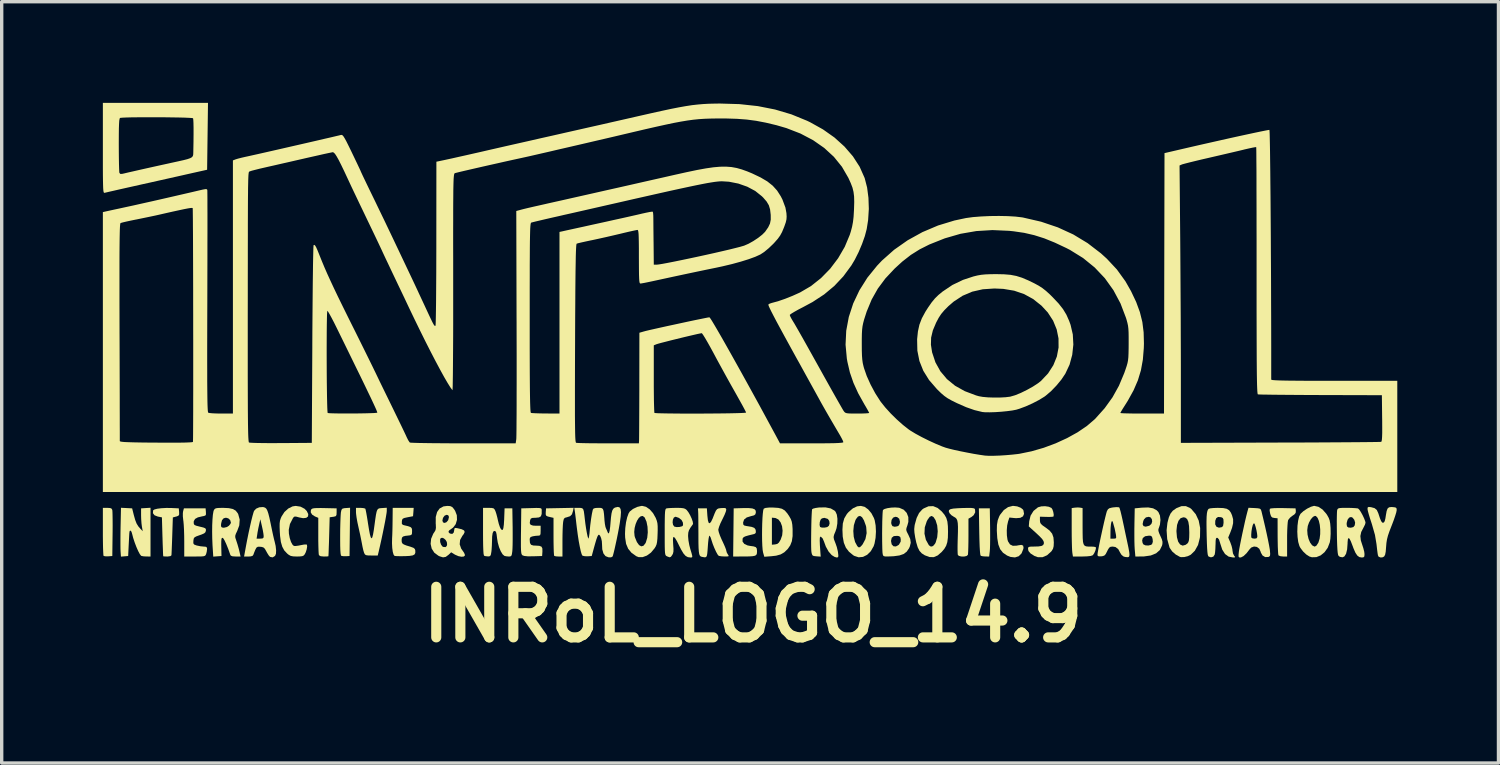
<source format=kicad_pcb>
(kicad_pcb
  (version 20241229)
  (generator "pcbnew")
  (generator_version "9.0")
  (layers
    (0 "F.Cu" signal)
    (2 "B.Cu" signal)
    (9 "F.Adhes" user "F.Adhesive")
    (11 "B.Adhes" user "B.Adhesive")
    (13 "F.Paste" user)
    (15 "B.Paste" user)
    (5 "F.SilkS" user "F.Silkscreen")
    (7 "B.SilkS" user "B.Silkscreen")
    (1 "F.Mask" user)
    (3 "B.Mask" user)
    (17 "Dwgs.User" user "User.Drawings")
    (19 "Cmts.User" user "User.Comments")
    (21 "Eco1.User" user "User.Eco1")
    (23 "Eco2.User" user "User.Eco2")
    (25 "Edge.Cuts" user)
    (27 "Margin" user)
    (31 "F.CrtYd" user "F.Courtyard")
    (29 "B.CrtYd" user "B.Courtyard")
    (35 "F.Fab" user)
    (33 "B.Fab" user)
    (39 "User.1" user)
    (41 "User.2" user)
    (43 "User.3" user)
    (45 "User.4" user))
  (footprint "INRoL_LOGO_14.9"
    (layer "F.Cu")
    (at 19.278 6.534)
    (property "Reference" "INRoL_LOGO_14.9" (at 0 8.636 0) (layer "F.SilkS") (effects (font (size 1.5 1.5) (thickness 0.3))))
    (attr board_only exclude_from_pos_files exclude_from_bom)
    (fp_poly (pts (xy 7.029 6.048) (xy 7.03 6.236) (xy 7.03 6.414) (xy 7.028 6.571) (xy 7.024 6.692) (xy 7.019 6.762) (xy 7.001 6.917) (xy 6.892 6.916) (xy 6.812 6.91) (xy 6.756 6.897) (xy 6.751 6.894) (xy 6.738 6.858) (xy 6.728 6.768) (xy 6.719 6.622) (xy 6.712 6.419) (xy 6.707 6.181) (xy 6.696 5.489) (xy 6.858 5.489) (xy 7.02 5.489)) (stroke (width 0) (type solid)) (fill yes) (layer "F.SilkS"))
    (fp_poly (pts (xy -19.062 5.479) (xy -19.019 5.498) (xy -18.999 5.538) (xy -18.998 5.541) (xy -18.994 5.589) (xy -18.991 5.686) (xy -18.989 5.823) (xy -18.988 5.99) (xy -18.989 6.178) (xy -18.99 6.254) (xy -18.998 6.902) (xy -19.117 6.911) (xy -19.197 6.911) (xy -19.25 6.902) (xy -19.257 6.898) (xy -19.263 6.864) (xy -19.268 6.78) (xy -19.273 6.653) (xy -19.276 6.492) (xy -19.278 6.307) (xy -19.278 6.176) (xy -19.278 5.474) (xy -19.146 5.474)) (stroke (width 0) (type solid)) (fill yes) (layer "F.SilkS"))
    (fp_poly (pts (xy -11.956 6.186) (xy -11.964 6.902) (xy -12.067 6.908) (xy -12.147 6.907) (xy -12.204 6.899) (xy -12.207 6.898) (xy -12.22 6.877) (xy -12.23 6.823) (xy -12.237 6.73) (xy -12.241 6.592) (xy -12.242 6.404) (xy -12.242 6.303) (xy -12.241 6.116) (xy -12.237 5.942) (xy -12.232 5.791) (xy -12.226 5.676) (xy -12.22 5.608) (xy -12.22 5.607) (xy -12.203 5.533) (xy -12.174 5.497) (xy -12.115 5.483) (xy -12.074 5.48) (xy -11.948 5.471)) (stroke (width 0) (type solid)) (fill yes) (layer "F.SilkS"))
    (fp_poly (pts (xy 9.701 5.468) (xy 9.771 5.481) (xy 9.771 6.021) (xy 9.772 6.223) (xy 9.775 6.374) (xy 9.783 6.481) (xy 9.801 6.552) (xy 9.83 6.594) (xy 9.873 6.615) (xy 9.935 6.622) (xy 10.015 6.622) (xy 10.097 6.626) (xy 10.152 6.635) (xy 10.162 6.639) (xy 10.166 6.68) (xy 10.148 6.747) (xy 10.116 6.819) (xy 10.078 6.873) (xy 10.071 6.88) (xy 10.013 6.9) (xy 9.904 6.912) (xy 9.755 6.917) (xy 9.485 6.917) (xy 9.467 6.806) (xy 9.461 6.743) (xy 9.456 6.633) (xy 9.452 6.485) (xy 9.449 6.311) (xy 9.448 6.121) (xy 9.448 6.088) (xy 9.448 5.481) (xy 9.539 5.468) (xy 9.63 5.462)) (stroke (width 0) (type solid)) (fill yes) (layer "F.SilkS"))
    (fp_poly (pts (xy -5.338 5.566) (xy -5.369 5.665) (xy -5.423 5.721) (xy -5.514 5.751) (xy -5.516 5.752) (xy -5.577 5.768) (xy -5.609 5.8) (xy -5.626 5.865) (xy -5.632 5.906) (xy -5.639 5.985) (xy -5.645 6.108) (xy -5.649 6.259) (xy -5.651 6.425) (xy -5.651 6.479) (xy -5.651 6.917) (xy -5.764 6.917) (xy -5.842 6.912) (xy -5.891 6.9) (xy -5.896 6.897) (xy -5.902 6.863) (xy -5.908 6.779) (xy -5.912 6.656) (xy -5.915 6.502) (xy -5.916 6.327) (xy -5.916 6.324) (xy -5.916 5.77) (xy -5.997 5.752) (xy -6.087 5.73) (xy -6.133 5.706) (xy -6.148 5.666) (xy -6.146 5.6) (xy -6.137 5.489) (xy -5.728 5.481) (xy -5.32 5.473)) (stroke (width 0) (type solid)) (fill yes) (layer "F.SilkS"))
    (fp_poly (pts (xy -12.703 5.481) (xy -12.347 5.489) (xy -12.347 5.607) (xy -12.351 5.683) (xy -12.372 5.72) (xy -12.426 5.736) (xy -12.45 5.739) (xy -12.553 5.754) (xy -12.569 6.328) (xy -12.574 6.505) (xy -12.58 6.661) (xy -12.584 6.786) (xy -12.588 6.872) (xy -12.591 6.908) (xy -12.591 6.909) (xy -12.621 6.914) (xy -12.69 6.916) (xy -12.726 6.917) (xy -12.821 6.908) (xy -12.868 6.88) (xy -12.873 6.87) (xy -12.879 6.827) (xy -12.884 6.735) (xy -12.888 6.605) (xy -12.891 6.447) (xy -12.891 6.296) (xy -12.891 5.77) (xy -12.991 5.728) (xy -13.074 5.674) (xy -13.115 5.606) (xy -13.109 5.536) (xy -13.095 5.516) (xy -13.068 5.497) (xy -13.018 5.485) (xy -12.934 5.48) (xy -12.807 5.479)) (stroke (width 0) (type solid)) (fill yes) (layer "F.SilkS"))
    (fp_poly (pts (xy -17.247 5.478) (xy -17.218 5.48) (xy -17.027 5.489) (xy -17.017 5.598) (xy -17.016 5.671) (xy -17.038 5.708) (xy -17.098 5.731) (xy -17.106 5.732) (xy -17.203 5.758) (xy -17.221 6.3) (xy -17.227 6.475) (xy -17.233 6.63) (xy -17.238 6.756) (xy -17.242 6.843) (xy -17.244 6.88) (xy -17.274 6.905) (xy -17.351 6.916) (xy -17.365 6.917) (xy -17.44 6.915) (xy -17.484 6.911) (xy -17.488 6.909) (xy -17.491 6.879) (xy -17.495 6.799) (xy -17.499 6.678) (xy -17.505 6.526) (xy -17.51 6.351) (xy -17.511 6.329) (xy -17.527 5.756) (xy -17.649 5.732) (xy -17.746 5.694) (xy -17.794 5.632) (xy -17.788 5.55) (xy -17.787 5.547) (xy -17.749 5.522) (xy -17.665 5.5) (xy -17.545 5.485) (xy -17.402 5.477)) (stroke (width 0) (type solid)) (fill yes) (layer "F.SilkS"))
    (fp_poly (pts (xy 15.71 5.481) (xy 15.719 5.481) (xy 16.085 5.489) (xy 16.094 5.566) (xy 16.088 5.625) (xy 16.048 5.672) (xy 15.998 5.705) (xy 15.923 5.764) (xy 15.87 5.83) (xy 15.864 5.843) (xy 15.854 5.898) (xy 15.846 5.999) (xy 15.839 6.136) (xy 15.835 6.297) (xy 15.835 6.418) (xy 15.835 6.917) (xy 15.719 6.917) (xy 15.639 6.908) (xy 15.585 6.887) (xy 15.579 6.88) (xy 15.571 6.84) (xy 15.565 6.751) (xy 15.559 6.623) (xy 15.556 6.468) (xy 15.554 6.313) (xy 15.553 5.783) (xy 15.459 5.774) (xy 15.396 5.761) (xy 15.36 5.725) (xy 15.333 5.648) (xy 15.333 5.645) (xy 15.317 5.558) (xy 15.323 5.504) (xy 15.327 5.499) (xy 15.365 5.49) (xy 15.45 5.483) (xy 15.569 5.48)) (stroke (width 0) (type solid)) (fill yes) (layer "F.SilkS"))
    (fp_poly (pts (xy 6.467 5.477) (xy 6.531 5.484) (xy 6.566 5.496) (xy 6.581 5.516) (xy 6.581 5.516) (xy 6.587 5.606) (xy 6.542 5.691) (xy 6.476 5.745) (xy 6.387 5.795) (xy 6.387 6.309) (xy 6.386 6.48) (xy 6.383 6.632) (xy 6.379 6.756) (xy 6.374 6.839) (xy 6.369 6.87) (xy 6.329 6.902) (xy 6.256 6.918) (xy 6.173 6.916) (xy 6.103 6.898) (xy 6.072 6.869) (xy 6.067 6.824) (xy 6.064 6.732) (xy 6.064 6.604) (xy 6.067 6.454) (xy 6.069 6.391) (xy 6.075 6.188) (xy 6.076 6.037) (xy 6.07 5.927) (xy 6.056 5.85) (xy 6.033 5.799) (xy 5.998 5.764) (xy 5.954 5.739) (xy 5.879 5.69) (xy 5.825 5.631) (xy 5.824 5.628) (xy 5.804 5.577) (xy 5.812 5.539) (xy 5.856 5.512) (xy 5.941 5.495) (xy 6.073 5.485) (xy 6.212 5.479) (xy 6.364 5.476)) (stroke (width 0) (type solid)) (fill yes) (layer "F.SilkS"))
    (fp_poly (pts (xy 7.831 5.43) (xy 7.932 5.469) (xy 8.002 5.523) (xy 8.017 5.549) (xy 8.035 5.652) (xy 8.004 5.726) (xy 7.924 5.77) (xy 7.8 5.78) (xy 7.756 5.777) (xy 7.601 5.761) (xy 7.562 5.875) (xy 7.535 5.995) (xy 7.523 6.14) (xy 7.526 6.288) (xy 7.544 6.416) (xy 7.561 6.47) (xy 7.619 6.559) (xy 7.702 6.599) (xy 7.817 6.595) (xy 7.858 6.586) (xy 7.955 6.572) (xy 8.008 6.593) (xy 8.02 6.653) (xy 8.014 6.692) (xy 7.962 6.823) (xy 7.878 6.908) (xy 7.766 6.944) (xy 7.633 6.929) (xy 7.532 6.888) (xy 7.411 6.805) (xy 7.327 6.7) (xy 7.273 6.56) (xy 7.242 6.376) (xy 7.241 6.366) (xy 7.228 6.151) (xy 7.232 5.98) (xy 7.255 5.843) (xy 7.299 5.727) (xy 7.324 5.681) (xy 7.434 5.541) (xy 7.561 5.452) (xy 7.699 5.416) (xy 7.717 5.416)) (stroke (width 0) (type solid)) (fill yes) (layer "F.SilkS"))
    (fp_poly (pts (xy -17.865 6.194) (xy -17.865 6.917) (xy -17.99 6.916) (xy -18.075 6.911) (xy -18.135 6.899) (xy -18.145 6.894) (xy -18.183 6.845) (xy -18.232 6.753) (xy -18.284 6.634) (xy -18.335 6.5) (xy -18.379 6.366) (xy -18.41 6.247) (xy -18.43 6.182) (xy -18.454 6.152) (xy -18.456 6.151) (xy -18.47 6.151) (xy -18.48 6.157) (xy -18.487 6.177) (xy -18.493 6.222) (xy -18.498 6.301) (xy -18.504 6.423) (xy -18.51 6.534) (xy -18.528 6.902) (xy -18.635 6.911) (xy -18.742 6.92) (xy -18.753 6.764) (xy -18.756 6.684) (xy -18.757 6.559) (xy -18.757 6.399) (xy -18.756 6.219) (xy -18.753 6.04) (xy -18.741 5.472) (xy -18.576 5.48) (xy -18.41 5.489) (xy -18.361 5.685) (xy -18.32 5.831) (xy -18.279 5.937) (xy -18.229 6.02) (xy -18.168 6.091) (xy -18.096 6.166) (xy -18.12 6.034) (xy -18.133 5.933) (xy -18.142 5.803) (xy -18.145 5.695) (xy -18.145 5.489) (xy -18.005 5.48) (xy -17.865 5.471)) (stroke (width 0) (type solid)) (fill yes) (layer "F.SilkS"))
    (fp_poly (pts (xy -0.023 5.491) (xy 0.047 5.517) (xy 0.079 5.559) (xy 0.083 5.615) (xy 0.068 5.666) (xy 0.03 5.696) (xy -0.049 5.717) (xy -0.059 5.719) (xy -0.188 5.759) (xy -0.265 5.82) (xy -0.294 5.905) (xy -0.294 5.919) (xy -0.289 5.969) (xy -0.263 5.996) (xy -0.201 6.012) (xy -0.155 6.019) (xy -0.037 6.039) (xy 0.035 6.067) (xy 0.071 6.111) (xy 0.083 6.161) (xy 0.079 6.219) (xy 0.038 6.249) (xy 0.009 6.256) (xy -0.128 6.289) (xy -0.218 6.315) (xy -0.271 6.339) (xy -0.299 6.366) (xy -0.31 6.389) (xy -0.311 6.474) (xy -0.26 6.542) (xy -0.162 6.588) (xy -0.09 6.602) (xy 0.018 6.617) (xy 0.081 6.639) (xy 0.109 6.676) (xy 0.117 6.739) (xy 0.118 6.768) (xy 0.114 6.826) (xy 0.098 6.866) (xy 0.06 6.893) (xy -0.01 6.907) (xy -0.118 6.914) (xy -0.276 6.916) (xy -0.302 6.916) (xy -0.59 6.917) (xy -0.582 6.203) (xy -0.574 5.489) (xy -0.302 5.481) (xy -0.137 5.48)) (stroke (width 0) (type solid)) (fill yes) (layer "F.SilkS"))
    (fp_poly (pts (xy -13.419 5.438) (xy -13.298 5.501) (xy -13.232 5.569) (xy -13.188 5.66) (xy -13.195 5.729) (xy -13.248 5.77) (xy -13.341 5.78) (xy -13.453 5.759) (xy -13.54 5.735) (xy -13.589 5.731) (xy -13.619 5.748) (xy -13.642 5.779) (xy -13.731 5.953) (xy -13.766 6.125) (xy -13.762 6.236) (xy -13.737 6.37) (xy -13.699 6.486) (xy -13.653 6.569) (xy -13.613 6.603) (xy -13.564 6.605) (xy -13.48 6.594) (xy -13.409 6.58) (xy -13.313 6.562) (xy -13.247 6.56) (xy -13.227 6.568) (xy -13.221 6.62) (xy -13.234 6.702) (xy -13.262 6.79) (xy -13.292 6.85) (xy -13.323 6.887) (xy -13.368 6.907) (xy -13.444 6.915) (xy -13.524 6.917) (xy -13.633 6.913) (xy -13.707 6.899) (xy -13.766 6.867) (xy -13.814 6.828) (xy -13.899 6.737) (xy -13.959 6.626) (xy -14 6.486) (xy -14.024 6.306) (xy -14.032 6.181) (xy -14.037 6.035) (xy -14.036 5.933) (xy -14.026 5.856) (xy -14.006 5.79) (xy -13.981 5.732) (xy -13.895 5.598) (xy -13.782 5.495) (xy -13.655 5.431) (xy -13.561 5.416)) (stroke (width 0) (type solid)) (fill yes) (layer "F.SilkS"))
    (fp_poly (pts (xy 3.306 5.443) (xy 3.413 5.519) (xy 3.509 5.633) (xy 3.584 5.775) (xy 3.607 5.842) (xy 3.635 5.997) (xy 3.644 6.178) (xy 3.633 6.363) (xy 3.603 6.528) (xy 3.576 6.612) (xy 3.491 6.76) (xy 3.383 6.867) (xy 3.26 6.928) (xy 3.13 6.94) (xy 3.002 6.898) (xy 2.972 6.88) (xy 2.844 6.775) (xy 2.752 6.654) (xy 2.692 6.508) (xy 2.659 6.326) (xy 2.652 6.159) (xy 2.973 6.159) (xy 2.985 6.33) (xy 3.025 6.486) (xy 3.091 6.608) (xy 3.095 6.613) (xy 3.133 6.646) (xy 3.172 6.639) (xy 3.224 6.587) (xy 3.25 6.554) (xy 3.332 6.4) (xy 3.368 6.223) (xy 3.355 6.041) (xy 3.344 5.998) (xy 3.289 5.846) (xy 3.232 5.751) (xy 3.172 5.712) (xy 3.112 5.731) (xy 3.052 5.808) (xy 3.035 5.842) (xy 2.989 5.99) (xy 2.973 6.159) (xy 2.652 6.159) (xy 2.65 6.128) (xy 2.662 5.938) (xy 2.705 5.786) (xy 2.783 5.655) (xy 2.834 5.597) (xy 2.961 5.488) (xy 3.086 5.429) (xy 3.196 5.416)) (stroke (width 0) (type solid)) (fill yes) (layer "F.SilkS"))
    (fp_poly (pts (xy 0.747 5.475) (xy 0.857 5.501) (xy 0.941 5.552) (xy 1.017 5.639) (xy 1.074 5.725) (xy 1.12 5.806) (xy 1.148 5.883) (xy 1.164 5.975) (xy 1.173 6.104) (xy 1.173 6.117) (xy 1.173 6.311) (xy 1.151 6.463) (xy 1.103 6.586) (xy 1.027 6.695) (xy 1.024 6.698) (xy 0.925 6.793) (xy 0.818 6.855) (xy 0.685 6.892) (xy 0.546 6.908) (xy 0.334 6.924) (xy 0.297 6.795) (xy 0.284 6.718) (xy 0.275 6.6) (xy 0.269 6.452) (xy 0.267 6.286) (xy 0.268 6.112) (xy 0.272 5.94) (xy 0.279 5.783) (xy 0.28 5.765) (xy 0.559 5.765) (xy 0.559 6.166) (xy 0.559 6.567) (xy 0.655 6.558) (xy 0.719 6.543) (xy 0.767 6.503) (xy 0.815 6.423) (xy 0.819 6.416) (xy 0.864 6.287) (xy 0.876 6.151) (xy 0.86 6.019) (xy 0.817 5.904) (xy 0.752 5.819) (xy 0.667 5.776) (xy 0.653 5.774) (xy 0.559 5.765) (xy 0.28 5.765) (xy 0.289 5.65) (xy 0.301 5.552) (xy 0.316 5.501) (xy 0.318 5.498) (xy 0.37 5.476) (xy 0.474 5.465) (xy 0.596 5.465)) (stroke (width 0) (type solid)) (fill yes) (layer "F.SilkS"))
    (fp_poly (pts (xy 5.473 5.477) (xy 5.596 5.582) (xy 5.676 5.678) (xy 5.73 5.772) (xy 5.762 5.88) (xy 5.777 6.016) (xy 5.781 6.181) (xy 5.777 6.358) (xy 5.76 6.491) (xy 5.726 6.597) (xy 5.671 6.691) (xy 5.596 6.779) (xy 5.475 6.885) (xy 5.357 6.936) (xy 5.23 6.932) (xy 5.091 6.88) (xy 5.002 6.823) (xy 4.934 6.748) (xy 4.882 6.644) (xy 4.839 6.499) (xy 4.809 6.359) (xy 4.79 6.239) (xy 5.083 6.239) (xy 5.124 6.42) (xy 5.212 6.579) (xy 5.217 6.585) (xy 5.274 6.624) (xy 5.336 6.607) (xy 5.395 6.539) (xy 5.416 6.497) (xy 5.461 6.344) (xy 5.476 6.169) (xy 5.46 5.994) (xy 5.413 5.844) (xy 5.41 5.837) (xy 5.352 5.747) (xy 5.296 5.714) (xy 5.239 5.739) (xy 5.178 5.822) (xy 5.151 5.872) (xy 5.092 6.051) (xy 5.083 6.239) (xy 4.79 6.239) (xy 4.786 6.215) (xy 4.779 6.105) (xy 4.789 6.007) (xy 4.796 5.969) (xy 4.851 5.773) (xy 4.922 5.628) (xy 5.014 5.524) (xy 5.059 5.491) (xy 5.202 5.428) (xy 5.34 5.423)) (stroke (width 0) (type solid)) (fill yes) (layer "F.SilkS"))
    (fp_poly (pts (xy 12.958 5.479) (xy 12.995 5.508) (xy 13.126 5.662) (xy 13.214 5.851) (xy 13.257 6.072) (xy 13.253 6.317) (xy 13.248 6.363) (xy 13.194 6.575) (xy 13.099 6.746) (xy 12.979 6.863) (xy 12.891 6.907) (xy 12.785 6.933) (xy 12.688 6.935) (xy 12.656 6.927) (xy 12.535 6.86) (xy 12.428 6.767) (xy 12.356 6.664) (xy 12.349 6.649) (xy 12.28 6.401) (xy 12.265 6.181) (xy 12.555 6.181) (xy 12.569 6.348) (xy 12.605 6.477) (xy 12.662 6.56) (xy 12.735 6.593) (xy 12.743 6.593) (xy 12.824 6.571) (xy 12.879 6.531) (xy 12.907 6.491) (xy 12.924 6.435) (xy 12.932 6.351) (xy 12.935 6.223) (xy 12.935 6.2) (xy 12.928 6.019) (xy 12.907 5.889) (xy 12.87 5.806) (xy 12.815 5.763) (xy 12.758 5.754) (xy 12.677 5.781) (xy 12.614 5.859) (xy 12.572 5.982) (xy 12.555 6.143) (xy 12.555 6.181) (xy 12.265 6.181) (xy 12.262 6.138) (xy 12.287 5.916) (xy 12.328 5.758) (xy 12.378 5.644) (xy 12.446 5.559) (xy 12.543 5.49) (xy 12.556 5.482) (xy 12.701 5.424) (xy 12.834 5.423)) (stroke (width 0) (type solid)) (fill yes) (layer "F.SilkS"))
    (fp_poly (pts (xy 18.324 5.454) (xy 18.429 5.483) (xy 18.494 5.536) (xy 18.538 5.631) (xy 18.543 5.646) (xy 18.587 5.78) (xy 18.622 5.864) (xy 18.652 5.907) (xy 18.675 5.916) (xy 18.706 5.906) (xy 18.729 5.867) (xy 18.749 5.79) (xy 18.764 5.692) (xy 18.786 5.569) (xy 18.814 5.495) (xy 18.857 5.458) (xy 18.924 5.449) (xy 18.964 5.451) (xy 19.041 5.46) (xy 19.076 5.48) (xy 19.084 5.525) (xy 19.083 5.549) (xy 19.071 5.61) (xy 19.04 5.711) (xy 18.996 5.84) (xy 18.942 5.983) (xy 18.933 6.005) (xy 18.869 6.17) (xy 18.825 6.298) (xy 18.797 6.407) (xy 18.78 6.513) (xy 18.77 6.633) (xy 18.759 6.773) (xy 18.741 6.864) (xy 18.712 6.916) (xy 18.667 6.94) (xy 18.609 6.946) (xy 18.549 6.923) (xy 18.528 6.88) (xy 18.518 6.821) (xy 18.505 6.722) (xy 18.491 6.599) (xy 18.485 6.546) (xy 18.44 6.276) (xy 18.352 5.968) (xy 18.339 5.926) (xy 18.293 5.786) (xy 18.255 5.66) (xy 18.229 5.563) (xy 18.219 5.507) (xy 18.219 5.505) (xy 18.225 5.461) (xy 18.254 5.447)) (stroke (width 0) (type solid)) (fill yes) (layer "F.SilkS"))
    (fp_poly (pts (xy -6.348 5.478) (xy -6.298 5.485) (xy -6.274 5.5) (xy -6.267 5.525) (xy -6.266 5.54) (xy -6.267 5.655) (xy -6.29 5.724) (xy -6.347 5.758) (xy -6.446 5.768) (xy -6.467 5.768) (xy -6.548 5.773) (xy -6.59 5.794) (xy -6.61 5.841) (xy -6.61 5.842) (xy -6.621 5.927) (xy -6.594 5.977) (xy -6.523 6) (xy -6.447 6.004) (xy -6.298 6.004) (xy -6.298 6.151) (xy -6.301 6.239) (xy -6.313 6.282) (xy -6.343 6.297) (xy -6.368 6.298) (xy -6.449 6.304) (xy -6.53 6.317) (xy -6.596 6.339) (xy -6.62 6.382) (xy -6.622 6.417) (xy -6.614 6.516) (xy -6.582 6.569) (xy -6.513 6.591) (xy -6.45 6.593) (xy -6.338 6.6) (xy -6.274 6.624) (xy -6.247 6.676) (xy -6.245 6.765) (xy -6.245 6.772) (xy -6.254 6.902) (xy -6.52 6.91) (xy -6.679 6.911) (xy -6.784 6.9) (xy -6.837 6.881) (xy -6.853 6.864) (xy -6.866 6.837) (xy -6.874 6.792) (xy -6.88 6.722) (xy -6.883 6.619) (xy -6.883 6.476) (xy -6.882 6.286) (xy -6.88 6.166) (xy -6.872 5.489) (xy -6.571 5.481) (xy -6.435 5.477)) (stroke (width 0) (type solid)) (fill yes) (layer "F.SilkS"))
    (fp_poly (pts (xy 8.769 5.441) (xy 8.848 5.477) (xy 8.848 5.477) (xy 8.878 5.524) (xy 8.902 5.597) (xy 8.915 5.672) (xy 8.911 5.724) (xy 8.907 5.731) (xy 8.87 5.739) (xy 8.792 5.743) (xy 8.697 5.742) (xy 8.506 5.736) (xy 8.506 5.84) (xy 8.511 5.9) (xy 8.534 5.947) (xy 8.585 5.995) (xy 8.67 6.054) (xy 8.792 6.147) (xy 8.868 6.24) (xy 8.907 6.351) (xy 8.918 6.496) (xy 8.918 6.501) (xy 8.913 6.611) (xy 8.894 6.687) (xy 8.855 6.751) (xy 8.841 6.768) (xy 8.717 6.88) (xy 8.584 6.937) (xy 8.446 6.937) (xy 8.344 6.9) (xy 8.229 6.827) (xy 8.167 6.754) (xy 8.153 6.691) (xy 8.157 6.652) (xy 8.181 6.632) (xy 8.237 6.623) (xy 8.322 6.622) (xy 8.461 6.618) (xy 8.551 6.604) (xy 8.602 6.577) (xy 8.622 6.534) (xy 8.624 6.508) (xy 8.612 6.459) (xy 8.574 6.4) (xy 8.501 6.322) (xy 8.4 6.227) (xy 8.176 6.024) (xy 8.189 5.869) (xy 8.229 5.705) (xy 8.315 5.566) (xy 8.44 5.464) (xy 8.454 5.456) (xy 8.547 5.43) (xy 8.66 5.425)) (stroke (width 0) (type solid)) (fill yes) (layer "F.SilkS"))
    (fp_poly (pts (xy -10.86 5.568) (xy -10.866 5.625) (xy -10.883 5.729) (xy -10.908 5.87) (xy -10.941 6.037) (xy -10.978 6.22) (xy -11.018 6.409) (xy -11.059 6.594) (xy -11.098 6.763) (xy -11.101 6.777) (xy -11.128 6.887) (xy -11.314 6.887) (xy -11.417 6.885) (xy -11.476 6.876) (xy -11.509 6.853) (xy -11.531 6.811) (xy -11.533 6.806) (xy -11.555 6.734) (xy -11.579 6.629) (xy -11.597 6.534) (xy -11.619 6.42) (xy -11.649 6.272) (xy -11.684 6.115) (xy -11.701 6.038) (xy -11.732 5.896) (xy -11.756 5.76) (xy -11.77 5.651) (xy -11.773 5.604) (xy -11.773 5.474) (xy -11.642 5.474) (xy -11.559 5.48) (xy -11.504 5.494) (xy -11.495 5.501) (xy -11.485 5.539) (xy -11.468 5.623) (xy -11.447 5.742) (xy -11.424 5.885) (xy -11.42 5.916) (xy -11.387 6.118) (xy -11.36 6.262) (xy -11.335 6.348) (xy -11.312 6.378) (xy -11.29 6.351) (xy -11.268 6.268) (xy -11.244 6.129) (xy -11.226 5.998) (xy -11.201 5.815) (xy -11.181 5.682) (xy -11.162 5.591) (xy -11.141 5.534) (xy -11.113 5.502) (xy -11.076 5.487) (xy -11.026 5.482) (xy -10.999 5.48) (xy -10.86 5.471)) (stroke (width 0) (type solid)) (fill yes) (layer "F.SilkS"))
    (fp_poly (pts (xy -10.071 5.598) (xy -10.081 5.722) (xy -10.242 5.753) (xy -10.335 5.773) (xy -10.385 5.795) (xy -10.406 5.83) (xy -10.413 5.878) (xy -10.413 5.946) (xy -10.384 5.978) (xy -10.34 5.991) (xy -10.226 6.018) (xy -10.157 6.043) (xy -10.123 6.074) (xy -10.111 6.121) (xy -10.11 6.169) (xy -10.114 6.244) (xy -10.135 6.278) (xy -10.187 6.291) (xy -10.198 6.292) (xy -10.311 6.305) (xy -10.377 6.324) (xy -10.409 6.357) (xy -10.419 6.411) (xy -10.419 6.432) (xy -10.416 6.488) (xy -10.398 6.528) (xy -10.356 6.559) (xy -10.279 6.59) (xy -10.155 6.627) (xy -10.154 6.628) (xy -10.069 6.659) (xy -10.027 6.695) (xy -10.014 6.74) (xy -10.014 6.809) (xy -10.036 6.855) (xy -10.091 6.884) (xy -10.186 6.899) (xy -10.321 6.906) (xy -10.444 6.907) (xy -10.548 6.906) (xy -10.616 6.901) (xy -10.63 6.898) (xy -10.658 6.862) (xy -10.682 6.779) (xy -10.698 6.662) (xy -10.705 6.523) (xy -10.702 6.374) (xy -10.701 6.357) (xy -10.697 6.276) (xy -10.693 6.152) (xy -10.69 6.004) (xy -10.688 5.85) (xy -10.684 5.474) (xy -10.373 5.474) (xy -10.062 5.474)) (stroke (width 0) (type solid)) (fill yes) (layer "F.SilkS"))
    (fp_poly (pts (xy -3.175 5.443) (xy -3.066 5.517) (xy -2.966 5.63) (xy -2.886 5.771) (xy -2.885 5.774) (xy -2.855 5.852) (xy -2.836 5.927) (xy -2.828 6.015) (xy -2.827 6.133) (xy -2.83 6.24) (xy -2.836 6.385) (xy -2.846 6.486) (xy -2.861 6.558) (xy -2.886 6.618) (xy -2.922 6.676) (xy -3.027 6.801) (xy -3.148 6.889) (xy -3.273 6.935) (xy -3.393 6.935) (xy -3.461 6.908) (xy -3.603 6.807) (xy -3.702 6.688) (xy -3.764 6.542) (xy -3.792 6.358) (xy -3.796 6.244) (xy -3.794 6.189) (xy -3.523 6.189) (xy -3.513 6.304) (xy -3.502 6.346) (xy -3.444 6.488) (xy -3.38 6.578) (xy -3.315 6.615) (xy -3.251 6.599) (xy -3.192 6.526) (xy -3.178 6.497) (xy -3.137 6.361) (xy -3.121 6.2) (xy -3.129 6.035) (xy -3.159 5.884) (xy -3.211 5.766) (xy -3.217 5.756) (xy -3.271 5.715) (xy -3.329 5.724) (xy -3.386 5.772) (xy -3.438 5.852) (xy -3.481 5.954) (xy -3.511 6.069) (xy -3.523 6.189) (xy -3.794 6.189) (xy -3.788 6.071) (xy -3.766 5.903) (xy -3.732 5.754) (xy -3.69 5.638) (xy -3.654 5.582) (xy -3.56 5.507) (xy -3.436 5.447) (xy -3.312 5.417) (xy -3.283 5.416)) (stroke (width 0) (type solid)) (fill yes) (layer "F.SilkS"))
    (fp_poly (pts (xy -16.223 5.598) (xy -16.221 5.669) (xy -16.241 5.703) (xy -16.3 5.72) (xy -16.326 5.724) (xy -16.461 5.756) (xy -16.544 5.802) (xy -16.582 5.868) (xy -16.585 5.902) (xy -16.581 5.95) (xy -16.561 5.981) (xy -16.512 6.003) (xy -16.42 6.027) (xy -16.4 6.032) (xy -16.3 6.056) (xy -16.245 6.078) (xy -16.223 6.105) (xy -16.223 6.145) (xy -16.223 6.149) (xy -16.237 6.195) (xy -16.274 6.23) (xy -16.348 6.263) (xy -16.408 6.284) (xy -16.505 6.319) (xy -16.559 6.348) (xy -16.584 6.385) (xy -16.593 6.441) (xy -16.594 6.452) (xy -16.596 6.523) (xy -16.574 6.56) (xy -16.514 6.584) (xy -16.491 6.591) (xy -16.389 6.612) (xy -16.291 6.622) (xy -16.283 6.622) (xy -16.217 6.629) (xy -16.191 6.658) (xy -16.188 6.694) (xy -16.199 6.779) (xy -16.216 6.841) (xy -16.231 6.875) (xy -16.253 6.896) (xy -16.293 6.909) (xy -16.363 6.915) (xy -16.474 6.916) (xy -16.555 6.917) (xy -16.865 6.917) (xy -16.865 6.468) (xy -16.867 6.294) (xy -16.872 6.125) (xy -16.88 5.978) (xy -16.89 5.868) (xy -16.894 5.842) (xy -16.906 5.731) (xy -16.906 5.629) (xy -16.899 5.577) (xy -16.875 5.489) (xy -16.554 5.489) (xy -16.232 5.489)) (stroke (width 0) (type solid)) (fill yes) (layer "F.SilkS"))
    (fp_poly (pts (xy 16.764 5.443) (xy 16.884 5.522) (xy 16.993 5.645) (xy 17.024 5.691) (xy 17.068 5.77) (xy 17.096 5.845) (xy 17.113 5.937) (xy 17.123 6.063) (xy 17.124 6.095) (xy 17.126 6.245) (xy 17.118 6.386) (xy 17.102 6.493) (xy 17.101 6.497) (xy 17.039 6.658) (xy 16.946 6.788) (xy 16.831 6.883) (xy 16.703 6.935) (xy 16.57 6.939) (xy 16.497 6.917) (xy 16.405 6.858) (xy 16.309 6.767) (xy 16.23 6.663) (xy 16.2 6.606) (xy 16.165 6.486) (xy 16.145 6.336) (xy 16.137 6.171) (xy 16.139 6.135) (xy 16.432 6.135) (xy 16.441 6.267) (xy 16.471 6.395) (xy 16.518 6.505) (xy 16.577 6.585) (xy 16.644 6.621) (xy 16.656 6.622) (xy 16.705 6.594) (xy 16.756 6.516) (xy 16.765 6.498) (xy 16.799 6.386) (xy 16.816 6.254) (xy 16.817 6.115) (xy 16.804 5.979) (xy 16.777 5.86) (xy 16.738 5.769) (xy 16.69 5.718) (xy 16.662 5.711) (xy 16.603 5.74) (xy 16.54 5.811) (xy 16.484 5.911) (xy 16.448 6.012) (xy 16.432 6.135) (xy 16.139 6.135) (xy 16.143 6.006) (xy 16.162 5.854) (xy 16.192 5.73) (xy 16.233 5.649) (xy 16.235 5.648) (xy 16.322 5.569) (xy 16.43 5.497) (xy 16.54 5.442) (xy 16.63 5.416) (xy 16.645 5.416)) (stroke (width 0) (type solid)) (fill yes) (layer "F.SilkS"))
    (fp_poly (pts (xy -7.748 5.477) (xy -7.694 5.489) (xy -7.663 5.52) (xy -7.639 5.57) (xy -7.611 5.653) (xy -7.582 5.764) (xy -7.565 5.842) (xy -7.538 5.95) (xy -7.506 6.044) (xy -7.484 6.09) (xy -7.449 6.13) (xy -7.423 6.127) (xy -7.403 6.076) (xy -7.389 5.974) (xy -7.379 5.817) (xy -7.378 5.779) (xy -7.367 5.489) (xy -7.252 5.489) (xy -7.137 5.489) (xy -7.128 6.048) (xy -7.127 6.236) (xy -7.127 6.414) (xy -7.129 6.571) (xy -7.133 6.692) (xy -7.138 6.762) (xy -7.151 6.852) (xy -7.169 6.898) (xy -7.201 6.915) (xy -7.24 6.917) (xy -7.32 6.91) (xy -7.372 6.898) (xy -7.426 6.851) (xy -7.481 6.76) (xy -7.531 6.639) (xy -7.569 6.502) (xy -7.59 6.374) (xy -7.604 6.258) (xy -7.621 6.19) (xy -7.647 6.161) (xy -7.656 6.158) (xy -7.695 6.168) (xy -7.721 6.222) (xy -7.736 6.324) (xy -7.74 6.464) (xy -7.744 6.59) (xy -7.752 6.717) (xy -7.759 6.78) (xy -7.774 6.863) (xy -7.796 6.903) (xy -7.834 6.914) (xy -7.855 6.914) (xy -7.928 6.907) (xy -7.969 6.897) (xy -7.981 6.878) (xy -7.991 6.827) (xy -7.997 6.739) (xy -8.002 6.609) (xy -8.005 6.432) (xy -8.006 6.202) (xy -8.006 6.178) (xy -8.006 5.474) (xy -7.842 5.474)) (stroke (width 0) (type solid)) (fill yes) (layer "F.SilkS"))
    (fp_poly (pts (xy 11.862 5.488) (xy 11.97 5.547) (xy 12.02 5.601) (xy 12.065 5.703) (xy 12.08 5.834) (xy 12.065 5.97) (xy 12.039 6.051) (xy 12.019 6.106) (xy 12.019 6.157) (xy 12.04 6.223) (xy 12.078 6.309) (xy 12.122 6.408) (xy 12.14 6.479) (xy 12.138 6.543) (xy 12.127 6.591) (xy 12.062 6.724) (xy 11.951 6.822) (xy 11.793 6.886) (xy 11.589 6.915) (xy 11.518 6.916) (xy 11.336 6.917) (xy 11.317 6.703) (xy 11.311 6.599) (xy 11.307 6.452) (xy 11.307 6.441) (xy 11.537 6.441) (xy 11.55 6.514) (xy 11.573 6.557) (xy 11.635 6.586) (xy 11.719 6.591) (xy 11.798 6.573) (xy 11.831 6.549) (xy 11.854 6.48) (xy 11.848 6.402) (xy 11.829 6.332) (xy 11.794 6.303) (xy 11.74 6.298) (xy 11.625 6.316) (xy 11.557 6.367) (xy 11.537 6.441) (xy 11.307 6.441) (xy 11.306 6.278) (xy 11.306 6.092) (xy 11.308 5.989) (xy 11.308 5.958) (xy 11.551 5.958) (xy 11.577 6.015) (xy 11.642 6.032) (xy 11.742 6.006) (xy 11.757 5.999) (xy 11.811 5.95) (xy 11.834 5.881) (xy 11.825 5.81) (xy 11.787 5.757) (xy 11.733 5.74) (xy 11.649 5.757) (xy 11.593 5.814) (xy 11.57 5.865) (xy 11.551 5.958) (xy 11.308 5.958) (xy 11.317 5.489) (xy 11.53 5.468) (xy 11.718 5.462)) (stroke (width 0) (type solid)) (fill yes) (layer "F.SilkS"))
    (fp_poly (pts (xy 14.871 5.48) (xy 14.971 5.487) (xy 15.028 5.499) (xy 15.057 5.525) (xy 15.073 5.57) (xy 15.075 5.577) (xy 15.13 5.805) (xy 15.183 6.03) (xy 15.23 6.241) (xy 15.27 6.431) (xy 15.301 6.588) (xy 15.321 6.703) (xy 15.326 6.744) (xy 15.333 6.839) (xy 15.328 6.892) (xy 15.306 6.919) (xy 15.276 6.931) (xy 15.184 6.933) (xy 15.106 6.886) (xy 15.057 6.801) (xy 15.052 6.779) (xy 15.011 6.687) (xy 14.94 6.633) (xy 14.855 6.62) (xy 14.772 6.651) (xy 14.725 6.7) (xy 14.633 6.819) (xy 14.545 6.903) (xy 14.469 6.943) (xy 14.449 6.946) (xy 14.413 6.942) (xy 14.396 6.921) (xy 14.395 6.868) (xy 14.404 6.779) (xy 14.417 6.694) (xy 14.441 6.565) (xy 14.473 6.405) (xy 14.501 6.269) (xy 14.771 6.269) (xy 14.772 6.35) (xy 14.8 6.376) (xy 14.863 6.387) (xy 14.926 6.379) (xy 14.949 6.345) (xy 14.952 6.312) (xy 14.944 6.235) (xy 14.926 6.137) (xy 14.902 6.039) (xy 14.878 5.964) (xy 14.862 5.935) (xy 14.84 5.939) (xy 14.816 5.987) (xy 14.795 6.068) (xy 14.779 6.166) (xy 14.771 6.269) (xy 14.501 6.269) (xy 14.51 6.227) (xy 14.55 6.045) (xy 14.588 5.871) (xy 14.624 5.719) (xy 14.654 5.602) (xy 14.659 5.583) (xy 14.69 5.472)) (stroke (width 0) (type solid)) (fill yes) (layer "F.SilkS"))
    (fp_poly (pts (xy -15.546 5.482) (xy -15.425 5.508) (xy -15.339 5.557) (xy -15.279 5.634) (xy -15.265 5.661) (xy -15.221 5.821) (xy -15.233 5.993) (xy -15.294 6.158) (xy -15.336 6.246) (xy -15.354 6.306) (xy -15.35 6.361) (xy -15.325 6.437) (xy -15.321 6.449) (xy -15.284 6.563) (xy -15.247 6.694) (xy -15.233 6.752) (xy -15.195 6.917) (xy -15.339 6.917) (xy -15.433 6.911) (xy -15.483 6.892) (xy -15.5 6.865) (xy -15.56 6.694) (xy -15.618 6.551) (xy -15.668 6.443) (xy -15.708 6.378) (xy -15.727 6.363) (xy -15.749 6.367) (xy -15.761 6.395) (xy -15.767 6.458) (xy -15.768 6.566) (xy -15.767 6.628) (xy -15.761 6.902) (xy -15.883 6.911) (xy -16.005 6.92) (xy -16.027 6.577) (xy -16.035 6.379) (xy -16.038 6.18) (xy -16.036 5.991) (xy -15.776 5.991) (xy -15.766 6.043) (xy -15.724 6.061) (xy -15.687 6.063) (xy -15.601 6.043) (xy -15.54 6.004) (xy -15.497 5.951) (xy -15.481 5.914) (xy -15.503 5.837) (xy -15.558 5.786) (xy -15.628 5.766) (xy -15.696 5.783) (xy -15.745 5.839) (xy -15.747 5.844) (xy -15.769 5.93) (xy -15.776 5.991) (xy -16.036 5.991) (xy -16.036 5.989) (xy -16.028 5.818) (xy -16.016 5.678) (xy -15.999 5.578) (xy -15.986 5.541) (xy -15.963 5.507) (xy -15.928 5.488) (xy -15.868 5.478) (xy -15.768 5.475) (xy -15.714 5.474)) (stroke (width 0) (type solid)) (fill yes) (layer "F.SilkS"))
    (fp_poly (pts (xy -14.501 5.456) (xy -14.462 5.472) (xy -14.429 5.503) (xy -14.4 5.558) (xy -14.371 5.644) (xy -14.339 5.77) (xy -14.302 5.944) (xy -14.29 6.004) (xy -14.259 6.153) (xy -14.23 6.288) (xy -14.205 6.395) (xy -14.189 6.459) (xy -14.188 6.46) (xy -14.155 6.603) (xy -14.141 6.733) (xy -14.146 6.836) (xy -14.173 6.899) (xy -14.173 6.899) (xy -14.243 6.942) (xy -14.315 6.929) (xy -14.327 6.921) (xy -14.361 6.883) (xy -14.406 6.811) (xy -14.43 6.767) (xy -14.475 6.687) (xy -14.52 6.646) (xy -14.582 6.63) (xy -14.605 6.628) (xy -14.681 6.627) (xy -14.724 6.653) (xy -14.758 6.716) (xy -14.791 6.797) (xy -14.815 6.862) (xy -14.816 6.865) (xy -14.844 6.9) (xy -14.907 6.915) (xy -14.961 6.917) (xy -15.091 6.917) (xy -15.036 6.615) (xy -14.998 6.415) (xy -14.992 6.387) (xy -14.72 6.387) (xy -14.615 6.387) (xy -14.545 6.382) (xy -14.515 6.358) (xy -14.51 6.312) (xy -14.517 6.246) (xy -14.534 6.145) (xy -14.559 6.029) (xy -14.56 6.025) (xy -14.609 5.813) (xy -14.644 5.965) (xy -14.67 6.086) (xy -14.693 6.21) (xy -14.699 6.252) (xy -14.72 6.387) (xy -14.992 6.387) (xy -14.957 6.214) (xy -14.915 6.023) (xy -14.876 5.852) (xy -14.84 5.71) (xy -14.811 5.608) (xy -14.795 5.564) (xy -14.735 5.499) (xy -14.641 5.458) (xy -14.536 5.45)) (stroke (width 0) (type solid)) (fill yes) (layer "F.SilkS"))
    (fp_poly (pts (xy 10.84 5.456) (xy 10.86 5.464) (xy 10.874 5.501) (xy 10.898 5.584) (xy 10.926 5.701) (xy 10.958 5.842) (xy 10.964 5.872) (xy 11.001 6.043) (xy 11.038 6.221) (xy 11.073 6.384) (xy 11.098 6.501) (xy 11.133 6.667) (xy 11.154 6.785) (xy 11.161 6.863) (xy 11.155 6.909) (xy 11.136 6.931) (xy 11.111 6.937) (xy 11.036 6.931) (xy 10.985 6.916) (xy 10.926 6.869) (xy 10.887 6.807) (xy 10.827 6.696) (xy 10.747 6.636) (xy 10.664 6.622) (xy 10.603 6.628) (xy 10.561 6.654) (xy 10.522 6.715) (xy 10.499 6.762) (xy 10.456 6.846) (xy 10.415 6.889) (xy 10.36 6.907) (xy 10.323 6.911) (xy 10.25 6.912) (xy 10.219 6.895) (xy 10.213 6.861) (xy 10.219 6.807) (xy 10.237 6.706) (xy 10.263 6.57) (xy 10.296 6.411) (xy 10.301 6.387) (xy 10.596 6.387) (xy 10.686 6.387) (xy 10.743 6.384) (xy 10.766 6.365) (xy 10.765 6.312) (xy 10.758 6.262) (xy 10.721 6.083) (xy 10.671 5.906) (xy 10.664 5.886) (xy 10.645 5.863) (xy 10.627 5.89) (xy 10.612 5.959) (xy 10.602 6.062) (xy 10.598 6.173) (xy 10.596 6.387) (xy 10.301 6.387) (xy 10.333 6.239) (xy 10.371 6.066) (xy 10.408 5.902) (xy 10.442 5.76) (xy 10.47 5.649) (xy 10.489 5.581) (xy 10.492 5.573) (xy 10.523 5.517) (xy 10.566 5.485) (xy 10.641 5.466) (xy 10.684 5.46) (xy 10.774 5.452)) (stroke (width 0) (type solid)) (fill yes) (layer "F.SilkS"))
    (fp_poly (pts (xy 2.303 5.491) (xy 2.416 5.556) (xy 2.445 5.587) (xy 2.484 5.674) (xy 2.502 5.797) (xy 2.499 5.938) (xy 2.476 6.077) (xy 2.442 6.177) (xy 2.403 6.27) (xy 2.388 6.339) (xy 2.399 6.407) (xy 2.435 6.5) (xy 2.442 6.517) (xy 2.483 6.634) (xy 2.514 6.763) (xy 2.519 6.799) (xy 2.529 6.886) (xy 2.524 6.93) (xy 2.501 6.945) (xy 2.478 6.946) (xy 2.418 6.928) (xy 2.343 6.882) (xy 2.327 6.869) (xy 2.239 6.768) (xy 2.159 6.624) (xy 2.104 6.475) (xy 2.065 6.383) (xy 2.016 6.334) (xy 1.994 6.328) (xy 1.981 6.357) (xy 1.977 6.441) (xy 1.982 6.579) (xy 1.985 6.624) (xy 2.006 6.92) (xy 1.879 6.911) (xy 1.799 6.902) (xy 1.759 6.879) (xy 1.739 6.825) (xy 1.731 6.784) (xy 1.726 6.726) (xy 1.723 6.622) (xy 1.722 6.483) (xy 1.723 6.323) (xy 1.725 6.151) (xy 1.728 5.979) (xy 1.728 5.978) (xy 1.973 5.978) (xy 1.986 6.037) (xy 1.992 6.043) (xy 2.042 6.06) (xy 2.126 6.059) (xy 2.2 6.044) (xy 2.249 6.005) (xy 2.27 5.937) (xy 2.26 5.863) (xy 2.221 5.806) (xy 2.209 5.799) (xy 2.116 5.77) (xy 2.04 5.787) (xy 2.002 5.826) (xy 1.979 5.898) (xy 1.973 5.978) (xy 1.728 5.978) (xy 1.732 5.818) (xy 1.738 5.68) (xy 1.744 5.577) (xy 1.75 5.52) (xy 1.751 5.516) (xy 1.783 5.496) (xy 1.858 5.477) (xy 1.956 5.463) (xy 2.148 5.46)) (stroke (width 0) (type solid)) (fill yes) (layer "F.SilkS"))
    (fp_poly (pts (xy 13.939 5.48) (xy 14.044 5.501) (xy 14.116 5.544) (xy 14.168 5.616) (xy 14.202 5.695) (xy 14.234 5.812) (xy 14.234 5.93) (xy 14.202 6.067) (xy 14.154 6.197) (xy 14.089 6.353) (xy 14.152 6.5) (xy 14.189 6.604) (xy 14.212 6.702) (xy 14.216 6.743) (xy 14.231 6.828) (xy 14.264 6.892) (xy 14.295 6.931) (xy 14.279 6.944) (xy 14.234 6.946) (xy 14.102 6.92) (xy 13.995 6.843) (xy 13.912 6.713) (xy 13.852 6.529) (xy 13.85 6.52) (xy 13.817 6.415) (xy 13.776 6.366) (xy 13.766 6.363) (xy 13.74 6.365) (xy 13.724 6.391) (xy 13.716 6.453) (xy 13.713 6.562) (xy 13.712 6.569) (xy 13.708 6.686) (xy 13.7 6.79) (xy 13.689 6.857) (xy 13.689 6.858) (xy 13.647 6.921) (xy 13.577 6.941) (xy 13.509 6.918) (xy 13.494 6.898) (xy 13.481 6.856) (xy 13.472 6.786) (xy 13.464 6.679) (xy 13.457 6.529) (xy 13.451 6.328) (xy 13.45 6.292) (xy 13.446 6.055) (xy 13.445 5.965) (xy 13.703 5.965) (xy 13.741 6.035) (xy 13.814 6.062) (xy 13.904 6.045) (xy 13.937 6.008) (xy 13.95 5.924) (xy 13.951 5.899) (xy 13.947 5.816) (xy 13.927 5.774) (xy 13.884 5.753) (xy 13.877 5.751) (xy 13.788 5.744) (xy 13.733 5.781) (xy 13.705 5.857) (xy 13.703 5.965) (xy 13.445 5.965) (xy 13.445 5.87) (xy 13.449 5.731) (xy 13.458 5.63) (xy 13.473 5.562) (xy 13.494 5.519) (xy 13.516 5.499) (xy 13.562 5.488) (xy 13.649 5.479) (xy 13.762 5.475) (xy 13.79 5.475)) (stroke (width 0) (type solid)) (fill yes) (layer "F.SilkS"))
    (fp_poly (pts (xy 17.74 5.476) (xy 17.848 5.482) (xy 17.922 5.489) (xy 17.94 5.494) (xy 17.976 5.528) (xy 18.024 5.601) (xy 18.075 5.694) (xy 18.12 5.79) (xy 18.151 5.873) (xy 18.16 5.916) (xy 18.145 5.969) (xy 18.109 6.042) (xy 18.103 6.053) (xy 18.033 6.189) (xy 18.007 6.311) (xy 18.021 6.44) (xy 18.058 6.555) (xy 18.095 6.669) (xy 18.122 6.776) (xy 18.13 6.846) (xy 18.125 6.914) (xy 18.098 6.941) (xy 18.047 6.946) (xy 17.976 6.933) (xy 17.916 6.888) (xy 17.86 6.804) (xy 17.803 6.673) (xy 17.777 6.602) (xy 17.725 6.467) (xy 17.685 6.389) (xy 17.655 6.369) (xy 17.637 6.405) (xy 17.628 6.497) (xy 17.628 6.524) (xy 17.615 6.704) (xy 17.583 6.836) (xy 17.533 6.915) (xy 17.479 6.94) (xy 17.401 6.927) (xy 17.362 6.899) (xy 17.347 6.867) (xy 17.336 6.809) (xy 17.327 6.717) (xy 17.32 6.584) (xy 17.314 6.405) (xy 17.311 6.233) (xy 17.309 6.044) (xy 17.309 5.957) (xy 17.6 5.957) (xy 17.611 6.025) (xy 17.651 6.056) (xy 17.724 6.063) (xy 17.8 6.044) (xy 17.84 5.993) (xy 17.852 5.911) (xy 17.827 5.828) (xy 17.777 5.765) (xy 17.731 5.745) (xy 17.674 5.764) (xy 17.628 5.826) (xy 17.603 5.917) (xy 17.6 5.957) (xy 17.309 5.957) (xy 17.308 5.872) (xy 17.31 5.726) (xy 17.313 5.616) (xy 17.317 5.553) (xy 17.319 5.546) (xy 17.33 5.512) (xy 17.351 5.492) (xy 17.394 5.48) (xy 17.47 5.475) (xy 17.592 5.474) (xy 17.613 5.474)) (stroke (width 0) (type solid)) (fill yes) (layer "F.SilkS"))
    (fp_poly (pts (xy 4.318 5.47) (xy 4.341 5.474) (xy 4.467 5.529) (xy 4.556 5.623) (xy 4.604 5.747) (xy 4.605 5.89) (xy 4.577 5.993) (xy 4.549 6.072) (xy 4.542 6.127) (xy 4.559 6.183) (xy 4.601 6.265) (xy 4.603 6.268) (xy 4.661 6.399) (xy 4.676 6.51) (xy 4.648 6.622) (xy 4.624 6.675) (xy 4.556 6.773) (xy 4.466 6.842) (xy 4.342 6.885) (xy 4.175 6.908) (xy 4.117 6.911) (xy 3.995 6.916) (xy 3.919 6.915) (xy 3.877 6.906) (xy 3.856 6.885) (xy 3.846 6.854) (xy 3.838 6.798) (xy 3.833 6.696) (xy 3.83 6.561) (xy 3.828 6.458) (xy 4.091 6.458) (xy 4.111 6.557) (xy 4.162 6.612) (xy 4.235 6.619) (xy 4.317 6.573) (xy 4.328 6.562) (xy 4.376 6.478) (xy 4.38 6.407) (xy 4.366 6.341) (xy 4.328 6.313) (xy 4.273 6.304) (xy 4.172 6.312) (xy 4.112 6.361) (xy 4.091 6.453) (xy 4.091 6.458) (xy 3.828 6.458) (xy 3.828 6.402) (xy 3.827 6.231) (xy 3.829 6.057) (xy 3.831 5.92) (xy 4.096 5.92) (xy 4.103 5.958) (xy 4.132 6.016) (xy 4.193 6.033) (xy 4.203 6.034) (xy 4.277 6.022) (xy 4.321 5.998) (xy 4.348 5.943) (xy 4.356 5.886) (xy 4.334 5.796) (xy 4.272 5.747) (xy 4.217 5.739) (xy 4.152 5.765) (xy 4.108 5.831) (xy 4.096 5.92) (xy 3.831 5.92) (xy 3.831 5.892) (xy 3.836 5.747) (xy 3.841 5.632) (xy 3.848 5.558) (xy 3.853 5.536) (xy 3.9 5.507) (xy 3.987 5.483) (xy 4.098 5.467) (xy 4.214 5.462)) (stroke (width 0) (type solid)) (fill yes) (layer "F.SilkS"))
    (fp_poly (pts (xy -0.808 5.488) (xy -0.795 5.518) (xy -0.795 5.534) (xy -0.808 5.588) (xy -0.843 5.677) (xy -0.894 5.784) (xy -0.912 5.82) (xy -0.967 5.933) (xy -1.008 6.037) (xy -1.029 6.114) (xy -1.03 6.128) (xy -1.017 6.192) (xy -0.983 6.291) (xy -0.934 6.407) (xy -0.912 6.453) (xy -0.86 6.565) (xy -0.82 6.66) (xy -0.797 6.725) (xy -0.795 6.739) (xy -0.779 6.798) (xy -0.749 6.851) (xy -0.724 6.89) (xy -0.729 6.91) (xy -0.775 6.916) (xy -0.845 6.916) (xy -0.936 6.911) (xy -1.004 6.9) (xy -1.022 6.893) (xy -1.055 6.852) (xy -1.099 6.77) (xy -1.148 6.663) (xy -1.194 6.548) (xy -1.23 6.438) (xy -1.235 6.421) (xy -1.26 6.346) (xy -1.286 6.303) (xy -1.293 6.298) (xy -1.306 6.326) (xy -1.32 6.399) (xy -1.332 6.506) (xy -1.338 6.585) (xy -1.349 6.739) (xy -1.359 6.842) (xy -1.373 6.905) (xy -1.396 6.934) (xy -1.432 6.941) (xy -1.487 6.932) (xy -1.52 6.926) (xy -1.553 6.914) (xy -1.577 6.89) (xy -1.595 6.846) (xy -1.607 6.774) (xy -1.615 6.668) (xy -1.619 6.521) (xy -1.62 6.324) (xy -1.62 6.231) (xy -1.621 6.052) (xy -1.622 5.886) (xy -1.623 5.746) (xy -1.625 5.642) (xy -1.627 5.592) (xy -1.633 5.489) (xy -1.501 5.489) (xy -1.369 5.489) (xy -1.354 5.71) (xy -1.339 5.842) (xy -1.316 5.916) (xy -1.285 5.931) (xy -1.246 5.889) (xy -1.197 5.788) (xy -1.184 5.754) (xy -1.136 5.632) (xy -1.1 5.555) (xy -1.064 5.511) (xy -1.02 5.49) (xy -0.958 5.482) (xy -0.931 5.48) (xy -0.848 5.478)) (stroke (width 0) (type solid)) (fill yes) (layer "F.SilkS"))
    (fp_poly (pts (xy -2.152 5.476) (xy -2.069 5.485) (xy -2.015 5.502) (xy -1.975 5.531) (xy -1.969 5.536) (xy -1.917 5.603) (xy -1.865 5.693) (xy -1.82 5.791) (xy -1.789 5.88) (xy -1.779 5.944) (xy -1.784 5.961) (xy -1.857 6.063) (xy -1.9 6.139) (xy -1.92 6.208) (xy -1.926 6.291) (xy -1.925 6.327) (xy -1.915 6.442) (xy -1.89 6.581) (xy -1.86 6.696) (xy -1.824 6.815) (xy -1.805 6.889) (xy -1.802 6.928) (xy -1.815 6.943) (xy -1.844 6.946) (xy -1.853 6.946) (xy -1.932 6.936) (xy -1.999 6.899) (xy -2.063 6.827) (xy -2.131 6.713) (xy -2.182 6.613) (xy -2.255 6.466) (xy -2.31 6.374) (xy -2.347 6.336) (xy -2.369 6.352) (xy -2.375 6.422) (xy -2.369 6.544) (xy -2.368 6.56) (xy -2.359 6.687) (xy -2.361 6.773) (xy -2.375 6.832) (xy -2.396 6.872) (xy -2.437 6.927) (xy -2.476 6.94) (xy -2.538 6.917) (xy -2.553 6.91) (xy -2.574 6.899) (xy -2.59 6.882) (xy -2.602 6.853) (xy -2.61 6.805) (xy -2.615 6.729) (xy -2.618 6.619) (xy -2.619 6.467) (xy -2.619 6.266) (xy -2.619 6.194) (xy -2.619 5.973) (xy -2.618 5.904) (xy -2.385 5.904) (xy -2.372 5.978) (xy -2.336 6.028) (xy -2.333 6.03) (xy -2.269 6.044) (xy -2.184 6.041) (xy -2.109 6.022) (xy -2.085 6.008) (xy -2.075 5.969) (xy -2.081 5.907) (xy -2.121 5.833) (xy -2.197 5.772) (xy -2.287 5.74) (xy -2.306 5.739) (xy -2.35 5.764) (xy -2.377 5.826) (xy -2.385 5.904) (xy -2.618 5.904) (xy -2.617 5.805) (xy -2.614 5.681) (xy -2.609 5.594) (xy -2.601 5.539) (xy -2.59 5.508) (xy -2.576 5.494) (xy -2.573 5.492) (xy -2.523 5.484) (xy -2.432 5.478) (xy -2.316 5.475) (xy -2.279 5.474)) (stroke (width 0) (type solid)) (fill yes) (layer "F.SilkS"))
    (fp_poly (pts (xy -8.979 5.422) (xy -8.92 5.449) (xy -8.868 5.509) (xy -8.833 5.563) (xy -8.783 5.693) (xy -8.778 5.829) (xy -8.816 5.957) (xy -8.893 6.059) (xy -8.937 6.091) (xy -9.012 6.145) (xy -9.032 6.189) (xy -8.998 6.228) (xy -8.981 6.237) (xy -8.918 6.247) (xy -8.875 6.206) (xy -8.859 6.128) (xy -8.853 6.082) (xy -8.823 6.069) (xy -8.763 6.078) (xy -8.639 6.108) (xy -8.569 6.143) (xy -8.55 6.189) (xy -8.578 6.251) (xy -8.618 6.303) (xy -8.686 6.425) (xy -8.698 6.555) (xy -8.654 6.682) (xy -8.615 6.738) (xy -8.566 6.809) (xy -8.543 6.869) (xy -8.542 6.884) (xy -8.576 6.917) (xy -8.645 6.924) (xy -8.736 6.906) (xy -8.833 6.864) (xy -8.852 6.853) (xy -8.951 6.792) (xy -9.032 6.869) (xy -9.112 6.928) (xy -9.192 6.942) (xy -9.291 6.912) (xy -9.329 6.894) (xy -9.45 6.804) (xy -9.528 6.683) (xy -9.56 6.542) (xy -9.547 6.409) (xy -9.278 6.409) (xy -9.277 6.487) (xy -9.25 6.566) (xy -9.208 6.621) (xy -9.188 6.632) (xy -9.117 6.638) (xy -9.081 6.603) (xy -9.071 6.556) (xy -9.08 6.486) (xy -9.117 6.424) (xy -9.168 6.379) (xy -9.221 6.36) (xy -9.263 6.376) (xy -9.278 6.409) (xy -9.547 6.409) (xy -9.545 6.391) (xy -9.482 6.241) (xy -9.444 6.186) (xy -9.415 6.134) (xy -9.403 6.068) (xy -9.406 5.969) (xy -9.409 5.933) (xy -9.408 5.85) (xy -9.211 5.85) (xy -9.193 5.904) (xy -9.149 5.921) (xy -9.094 5.902) (xy -9.046 5.849) (xy -9.036 5.829) (xy -9.016 5.743) (xy -9.039 5.693) (xy -9.086 5.68) (xy -9.146 5.706) (xy -9.193 5.771) (xy -9.211 5.85) (xy -9.408 5.85) (xy -9.408 5.746) (xy -9.368 5.598) (xy -9.292 5.492) (xy -9.179 5.431) (xy -9.065 5.416)) (stroke (width 0) (type solid)) (fill yes) (layer "F.SilkS"))
    (fp_poly (pts (xy -16.174 -5.543) (xy -16.187 -4.551) (xy -16.607 -4.457) (xy -16.736 -4.428) (xy -16.912 -4.388) (xy -17.126 -4.34) (xy -17.367 -4.286) (xy -17.626 -4.228) (xy -17.892 -4.168) (xy -18.101 -4.122) (xy -18.345 -4.067) (xy -18.573 -4.016) (xy -18.778 -3.97) (xy -18.952 -3.93) (xy -19.089 -3.899) (xy -19.182 -3.877) (xy -19.226 -3.867) (xy -19.227 -3.867) (xy -19.239 -3.866) (xy -19.249 -3.875) (xy -19.257 -3.898) (xy -19.264 -3.94) (xy -19.269 -4.007) (xy -19.272 -4.103) (xy -19.275 -4.233) (xy -19.277 -4.402) (xy -19.278 -4.615) (xy -19.278 -4.878) (xy -19.278 -5.193) (xy -19.278 -5.368) (xy -18.806 -5.368) (xy -18.806 -5.279) (xy -18.805 -5.069) (xy -18.803 -4.877) (xy -18.8 -4.711) (xy -18.796 -4.58) (xy -18.792 -4.492) (xy -18.787 -4.456) (xy -18.755 -4.425) (xy -18.693 -4.431) (xy -18.637 -4.444) (xy -18.537 -4.468) (xy -18.404 -4.498) (xy -18.251 -4.533) (xy -18.189 -4.547) (xy -18.003 -4.589) (xy -17.783 -4.638) (xy -17.552 -4.689) (xy -17.333 -4.737) (xy -17.262 -4.753) (xy -17.051 -4.799) (xy -16.89 -4.835) (xy -16.772 -4.865) (xy -16.691 -4.893) (xy -16.64 -4.921) (xy -16.612 -4.954) (xy -16.6 -4.994) (xy -16.597 -5.047) (xy -16.596 -5.103) (xy -16.591 -5.373) (xy -16.589 -5.605) (xy -16.589 -5.796) (xy -16.592 -5.941) (xy -16.597 -6.036) (xy -16.604 -6.077) (xy -16.605 -6.078) (xy -16.64 -6.085) (xy -16.726 -6.09) (xy -16.854 -6.096) (xy -17.017 -6.1) (xy -17.207 -6.103) (xy -17.415 -6.106) (xy -17.632 -6.107) (xy -17.852 -6.108) (xy -18.066 -6.108) (xy -18.266 -6.106) (xy -18.443 -6.104) (xy -18.59 -6.1) (xy -18.698 -6.095) (xy -18.76 -6.089) (xy -18.771 -6.086) (xy -18.782 -6.061) (xy -18.792 -6.006) (xy -18.798 -5.914) (xy -18.803 -5.78) (xy -18.805 -5.6) (xy -18.806 -5.368) (xy -19.278 -5.368) (xy -19.278 -6.534) (xy -17.72 -6.534) (xy -16.161 -6.534)) (stroke (width 0) (type solid)) (fill yes) (layer "F.SilkS"))
    (fp_poly (pts (xy -3.958 5.46) (xy -3.927 5.509) (xy -3.916 5.6) (xy -3.925 5.736) (xy -3.951 5.923) (xy -3.957 5.96) (xy -3.98 6.091) (xy -4.009 6.242) (xy -4.041 6.401) (xy -4.075 6.557) (xy -4.106 6.698) (xy -4.134 6.813) (xy -4.155 6.89) (xy -4.164 6.916) (xy -4.211 6.942) (xy -4.285 6.94) (xy -4.363 6.91) (xy -4.377 6.902) (xy -4.436 6.826) (xy -4.471 6.704) (xy -4.478 6.55) (xy -4.484 6.46) (xy -4.505 6.37) (xy -4.535 6.301) (xy -4.567 6.269) (xy -4.57 6.269) (xy -4.591 6.283) (xy -4.616 6.329) (xy -4.647 6.415) (xy -4.686 6.548) (xy -4.715 6.652) (xy -4.783 6.902) (xy -4.9 6.91) (xy -4.986 6.908) (xy -5.05 6.895) (xy -5.059 6.891) (xy -5.081 6.85) (xy -5.108 6.759) (xy -5.137 6.627) (xy -5.168 6.462) (xy -5.197 6.273) (xy -5.224 6.069) (xy -5.239 5.945) (xy -5.254 5.811) (xy -5.269 5.688) (xy -5.281 5.596) (xy -5.285 5.57) (xy -5.3 5.474) (xy -5.169 5.474) (xy -5.106 5.476) (xy -5.063 5.487) (xy -5.035 5.517) (xy -5.017 5.577) (xy -5.003 5.677) (xy -4.989 5.798) (xy -4.972 5.941) (xy -4.951 6.085) (xy -4.928 6.215) (xy -4.906 6.318) (xy -4.888 6.379) (xy -4.886 6.383) (xy -4.875 6.374) (xy -4.862 6.317) (xy -4.849 6.223) (xy -4.844 6.164) (xy -4.826 5.983) (xy -4.803 5.806) (xy -4.778 5.652) (xy -4.753 5.537) (xy -4.75 5.526) (xy -4.726 5.493) (xy -4.669 5.478) (xy -4.591 5.474) (xy -4.525 5.475) (xy -4.48 5.485) (xy -4.45 5.512) (xy -4.432 5.566) (xy -4.419 5.658) (xy -4.408 5.795) (xy -4.405 5.845) (xy -4.393 5.951) (xy -4.376 6.039) (xy -4.361 6.08) (xy -4.328 6.153) (xy -4.314 6.19) (xy -4.292 6.233) (xy -4.271 6.219) (xy -4.252 6.152) (xy -4.236 6.033) (xy -4.228 5.939) (xy -4.213 5.764) (xy -4.196 5.638) (xy -4.174 5.554) (xy -4.144 5.501) (xy -4.103 5.47) (xy -4.085 5.463) (xy -4.01 5.446)) (stroke (width 0) (type solid)) (fill yes) (layer "F.SilkS"))
    (fp_poly (pts (xy 7.442 -1.451) (xy 7.634 -1.435) (xy 7.806 -1.402) (xy 7.976 -1.349) (xy 8.161 -1.27) (xy 8.338 -1.184) (xy 8.468 -1.114) (xy 8.578 -1.043) (xy 8.684 -0.96) (xy 8.803 -0.852) (xy 8.889 -0.766) (xy 9.059 -0.586) (xy 9.19 -0.42) (xy 9.291 -0.253) (xy 9.373 -0.068) (xy 9.415 0.048) (xy 9.481 0.332) (xy 9.497 0.633) (xy 9.464 0.936) (xy 9.385 1.228) (xy 9.259 1.496) (xy 9.259 1.496) (xy 9.142 1.671) (xy 8.994 1.85) (xy 8.834 2.016) (xy 8.676 2.15) (xy 8.638 2.178) (xy 8.478 2.276) (xy 8.287 2.375) (xy 8.087 2.465) (xy 7.899 2.535) (xy 7.803 2.564) (xy 7.686 2.587) (xy 7.532 2.607) (xy 7.36 2.624) (xy 7.183 2.636) (xy 7.019 2.641) (xy 6.883 2.64) (xy 6.799 2.632) (xy 6.567 2.576) (xy 6.321 2.49) (xy 6.048 2.37) (xy 6.036 2.364) (xy 5.884 2.289) (xy 5.769 2.224) (xy 5.672 2.156) (xy 5.575 2.073) (xy 5.461 1.962) (xy 5.447 1.947) (xy 5.219 1.684) (xy 5.048 1.409) (xy 4.933 1.12) (xy 4.872 0.814) (xy 4.868 0.637) (xy 5.274 0.637) (xy 5.309 0.863) (xy 5.309 0.863) (xy 5.408 1.161) (xy 5.555 1.425) (xy 5.749 1.656) (xy 5.99 1.853) (xy 6.278 2.014) (xy 6.612 2.14) (xy 6.696 2.164) (xy 6.81 2.184) (xy 6.965 2.198) (xy 7.141 2.204) (xy 7.321 2.203) (xy 7.487 2.194) (xy 7.619 2.178) (xy 7.629 2.176) (xy 7.77 2.135) (xy 7.94 2.066) (xy 8.121 1.977) (xy 8.297 1.879) (xy 8.449 1.78) (xy 8.54 1.708) (xy 8.748 1.487) (xy 8.904 1.244) (xy 9.008 0.987) (xy 9.059 0.72) (xy 9.057 0.45) (xy 9.003 0.183) (xy 8.897 -0.076) (xy 8.738 -0.32) (xy 8.553 -0.52) (xy 8.304 -0.718) (xy 8.036 -0.865) (xy 7.742 -0.965) (xy 7.418 -1.019) (xy 7.155 -1.03) (xy 6.811 -1.007) (xy 6.499 -0.936) (xy 6.214 -0.815) (xy 5.951 -0.643) (xy 5.792 -0.506) (xy 5.67 -0.383) (xy 5.579 -0.275) (xy 5.503 -0.159) (xy 5.428 -0.017) (xy 5.331 0.213) (xy 5.28 0.426) (xy 5.274 0.637) (xy 4.868 0.637) (xy 4.865 0.486) (xy 4.865 0.473) (xy 4.889 0.242) (xy 4.933 0.042) (xy 5.005 -0.146) (xy 5.111 -0.342) (xy 5.19 -0.466) (xy 5.296 -0.618) (xy 5.393 -0.736) (xy 5.497 -0.838) (xy 5.62 -0.939) (xy 5.912 -1.135) (xy 6.227 -1.286) (xy 6.534 -1.387) (xy 6.652 -1.416) (xy 6.765 -1.436) (xy 6.888 -1.448) (xy 7.039 -1.454) (xy 7.211 -1.456)) (stroke (width 0) (type solid)) (fill yes) (layer "F.SilkS"))
    (fp_poly (pts (xy -0.403 -6.497) (xy 0.141 -6.438) (xy 0.653 -6.337) (xy 1.138 -6.193) (xy 1.6 -6.004) (xy 1.692 -5.96) (xy 2.074 -5.747) (xy 2.415 -5.506) (xy 2.711 -5.238) (xy 2.961 -4.949) (xy 3.16 -4.641) (xy 3.304 -4.318) (xy 3.312 -4.296) (xy 3.382 -4.024) (xy 3.422 -3.717) (xy 3.433 -3.39) (xy 3.412 -3.059) (xy 3.37 -2.793) (xy 3.315 -2.584) (xy 3.232 -2.35) (xy 3.13 -2.109) (xy 3.017 -1.884) (xy 2.916 -1.714) (xy 2.677 -1.39) (xy 2.41 -1.106) (xy 2.108 -0.854) (xy 1.763 -0.628) (xy 1.48 -0.476) (xy 1.343 -0.405) (xy 1.227 -0.34) (xy 1.141 -0.288) (xy 1.094 -0.253) (xy 1.089 -0.244) (xy 1.104 -0.201) (xy 1.143 -0.127) (xy 1.189 -0.05) (xy 1.224 0.007) (xy 1.284 0.111) (xy 1.366 0.254) (xy 1.466 0.43) (xy 1.581 0.635) (xy 1.707 0.861) (xy 1.842 1.103) (xy 1.958 1.311) (xy 2.096 1.559) (xy 2.226 1.792) (xy 2.346 2.006) (xy 2.453 2.196) (xy 2.544 2.356) (xy 2.615 2.48) (xy 2.663 2.563) (xy 2.684 2.597) (xy 2.71 2.632) (xy 2.738 2.654) (xy 2.78 2.668) (xy 2.846 2.675) (xy 2.949 2.678) (xy 3.092 2.678) (xy 3.228 2.677) (xy 3.34 2.673) (xy 3.415 2.667) (xy 3.444 2.66) (xy 3.444 2.66) (xy 3.429 2.629) (xy 3.391 2.559) (xy 3.336 2.463) (xy 3.3 2.403) (xy 3.117 2.075) (xy 2.977 1.767) (xy 2.872 1.462) (xy 2.798 1.145) (xy 2.781 1.048) (xy 2.743 0.635) (xy 2.744 0.618) (xy 3.224 0.618) (xy 3.225 0.813) (xy 3.23 0.963) (xy 3.239 1.081) (xy 3.253 1.181) (xy 3.275 1.276) (xy 3.29 1.331) (xy 3.371 1.565) (xy 3.486 1.82) (xy 3.622 2.074) (xy 3.771 2.307) (xy 3.791 2.335) (xy 3.921 2.498) (xy 4.083 2.676) (xy 4.263 2.853) (xy 4.445 3.015) (xy 4.614 3.148) (xy 4.662 3.181) (xy 4.815 3.274) (xy 5.003 3.376) (xy 5.21 3.479) (xy 5.417 3.574) (xy 5.604 3.652) (xy 5.71 3.69) (xy 5.818 3.72) (xy 5.969 3.757) (xy 6.15 3.796) (xy 6.346 3.835) (xy 6.541 3.872) (xy 6.723 3.902) (xy 6.875 3.924) (xy 6.887 3.925) (xy 6.992 3.931) (xy 7.14 3.93) (xy 7.314 3.924) (xy 7.501 3.912) (xy 7.684 3.896) (xy 7.848 3.878) (xy 7.903 3.87) (xy 8.258 3.797) (xy 8.618 3.693) (xy 8.973 3.561) (xy 9.311 3.406) (xy 9.622 3.234) (xy 9.896 3.048) (xy 10.123 2.854) (xy 10.148 2.83) (xy 10.427 2.518) (xy 10.657 2.198) (xy 10.848 1.855) (xy 11.007 1.476) (xy 11.044 1.37) (xy 11.078 1.269) (xy 11.102 1.184) (xy 11.118 1.102) (xy 11.128 1.01) (xy 11.133 0.895) (xy 11.136 0.743) (xy 11.137 0.603) (xy 11.137 0.416) (xy 11.135 0.274) (xy 11.129 0.164) (xy 11.118 0.073) (xy 11.1 -0.011) (xy 11.075 -0.103) (xy 11.058 -0.159) (xy 10.895 -0.587) (xy 10.686 -0.979) (xy 10.431 -1.335) (xy 10.13 -1.653) (xy 9.786 -1.933) (xy 9.397 -2.174) (xy 9.286 -2.231) (xy 8.946 -2.391) (xy 8.635 -2.517) (xy 8.338 -2.611) (xy 8.04 -2.68) (xy 7.727 -2.726) (xy 7.595 -2.74) (xy 7.099 -2.762) (xy 6.621 -2.733) (xy 6.152 -2.652) (xy 5.685 -2.517) (xy 5.228 -2.335) (xy 4.942 -2.191) (xy 4.679 -2.026) (xy 4.424 -1.827) (xy 4.198 -1.62) (xy 3.924 -1.328) (xy 3.7 -1.027) (xy 3.517 -0.703) (xy 3.369 -0.346) (xy 3.291 -0.103) (xy 3.265 -0.004) (xy 3.246 0.089) (xy 3.234 0.189) (xy 3.227 0.311) (xy 3.224 0.468) (xy 3.224 0.618) (xy 2.744 0.618) (xy 2.763 0.222) (xy 2.839 -0.186) (xy 2.97 -0.587) (xy 3.154 -0.976) (xy 3.39 -1.351) (xy 3.678 -1.706) (xy 3.822 -1.858) (xy 4.183 -2.178) (xy 4.585 -2.46) (xy 5.021 -2.701) (xy 5.485 -2.898) (xy 5.971 -3.046) (xy 6.314 -3.119) (xy 6.52 -3.147) (xy 6.763 -3.166) (xy 7.025 -3.178) (xy 7.293 -3.181) (xy 7.551 -3.176) (xy 7.784 -3.162) (xy 7.977 -3.139) (xy 8.01 -3.133) (xy 8.542 -3.01) (xy 9.036 -2.843) (xy 9.494 -2.633) (xy 9.919 -2.376) (xy 10.315 -2.072) (xy 10.49 -1.913) (xy 10.788 -1.594) (xy 11.042 -1.242) (xy 11.208 -0.95) (xy 11.36 -0.629) (xy 11.47 -0.329) (xy 11.543 -0.035) (xy 11.581 0.27) (xy 11.59 0.601) (xy 11.586 0.736) (xy 11.558 1.08) (xy 11.501 1.394) (xy 11.411 1.692) (xy 11.283 1.988) (xy 11.113 2.296) (xy 11.023 2.439) (xy 10.962 2.535) (xy 10.916 2.612) (xy 10.892 2.656) (xy 10.89 2.661) (xy 10.918 2.666) (xy 10.996 2.671) (xy 11.117 2.674) (xy 11.271 2.677) (xy 11.451 2.678) (xy 11.537 2.678) (xy 12.185 2.678) (xy 12.192 -1.183) (xy 12.199 -4.677) (xy 12.646 -4.677) (xy 12.666 -2.478) (xy 12.669 -2.054) (xy 12.672 -1.595) (xy 12.675 -1.112) (xy 12.678 -0.617) (xy 12.681 -0.121) (xy 12.682 0.363) (xy 12.684 0.823) (xy 12.685 1.248) (xy 12.685 1.627) (xy 12.685 1.633) (xy 12.685 3.547) (xy 15.636 3.538) (xy 16.048 3.537) (xy 16.444 3.536) (xy 16.819 3.534) (xy 17.171 3.532) (xy 17.493 3.53) (xy 17.784 3.528) (xy 18.038 3.526) (xy 18.251 3.524) (xy 18.42 3.522) (xy 18.541 3.52) (xy 18.609 3.518) (xy 18.624 3.517) (xy 18.636 3.5) (xy 18.645 3.454) (xy 18.651 3.374) (xy 18.655 3.254) (xy 18.655 3.088) (xy 18.654 2.87) (xy 18.653 2.819) (xy 18.645 2.134) (xy 16.826 2.129) (xy 16.503 2.128) (xy 16.197 2.126) (xy 15.914 2.124) (xy 15.658 2.122) (xy 15.435 2.12) (xy 15.249 2.117) (xy 15.106 2.115) (xy 15.011 2.112) (xy 14.969 2.109) (xy 14.968 2.109) (xy 14.962 2.098) (xy 14.957 2.066) (xy 14.952 2.012) (xy 14.948 1.933) (xy 14.944 1.825) (xy 14.941 1.687) (xy 14.938 1.515) (xy 14.936 1.306) (xy 14.934 1.059) (xy 14.933 0.77) (xy 14.932 0.437) (xy 14.931 0.056) (xy 14.93 -0.375) (xy 14.93 -0.858) (xy 14.93 -1.397) (xy 14.93 -1.558) (xy 14.93 -2.017) (xy 14.93 -2.459) (xy 14.929 -2.881) (xy 14.929 -3.28) (xy 14.928 -3.652) (xy 14.927 -3.993) (xy 14.927 -4.3) (xy 14.926 -4.568) (xy 14.924 -4.796) (xy 14.923 -4.979) (xy 14.922 -5.113) (xy 14.92 -5.196) (xy 14.919 -5.222) (xy 14.888 -5.22) (xy 14.81 -5.206) (xy 14.699 -5.182) (xy 14.564 -5.151) (xy 14.554 -5.148) (xy 14.421 -5.116) (xy 14.243 -5.074) (xy 14.037 -5.026) (xy 13.814 -4.974) (xy 13.589 -4.922) (xy 13.495 -4.9) (xy 13.295 -4.854) (xy 13.112 -4.81) (xy 12.953 -4.771) (xy 12.828 -4.739) (xy 12.745 -4.717) (xy 12.717 -4.708) (xy 12.646 -4.677) (xy 12.199 -4.677) (xy 12.2 -5.044) (xy 12.685 -5.157) (xy 12.983 -5.226) (xy 13.284 -5.295) (xy 13.585 -5.363) (xy 13.878 -5.429) (xy 14.159 -5.492) (xy 14.422 -5.55) (xy 14.662 -5.602) (xy 14.872 -5.647) (xy 15.048 -5.684) (xy 15.183 -5.711) (xy 15.272 -5.728) (xy 15.31 -5.733) (xy 15.31 -5.732) (xy 15.314 -5.702) (xy 15.318 -5.617) (xy 15.321 -5.481) (xy 15.325 -5.296) (xy 15.329 -5.067) (xy 15.332 -4.797) (xy 15.336 -4.491) (xy 15.339 -4.151) (xy 15.343 -3.782) (xy 15.346 -3.386) (xy 15.349 -2.969) (xy 15.352 -2.532) (xy 15.354 -2.081) (xy 15.357 -1.618) (xy 15.359 -1.147) (xy 15.36 -0.673) (xy 15.362 -0.198) (xy 15.363 0.274) (xy 15.364 0.739) (xy 15.364 1.193) (xy 15.364 1.634) (xy 15.364 1.67) (xy 15.375 1.678) (xy 15.411 1.685) (xy 15.476 1.69) (xy 15.573 1.695) (xy 15.705 1.699) (xy 15.877 1.702) (xy 16.092 1.704) (xy 16.353 1.706) (xy 16.664 1.707) (xy 17.028 1.707) (xy 17.233 1.707) (xy 19.102 1.707) (xy 19.102 3.355) (xy 19.102 5.003) (xy -0.088 5.003) (xy -19.278 5.003) (xy -19.278 0.854) (xy -19.278 -1.149) (xy -18.786 -1.149) (xy -18.786 -0.74) (xy -18.785 -0.277) (xy -18.784 0.242) (xy -18.784 0.256) (xy -18.782 0.686) (xy -18.781 1.099) (xy -18.78 1.493) (xy -18.779 1.862) (xy -18.778 2.203) (xy -18.778 2.513) (xy -18.777 2.788) (xy -18.777 3.023) (xy -18.776 3.215) (xy -18.776 3.36) (xy -18.776 3.454) (xy -18.776 3.494) (xy -18.776 3.495) (xy -18.763 3.505) (xy -18.72 3.514) (xy -18.642 3.522) (xy -18.525 3.527) (xy -18.364 3.532) (xy -18.153 3.536) (xy -17.889 3.539) (xy -17.858 3.539) (xy -17.519 3.541) (xy -17.237 3.542) (xy -17.01 3.541) (xy -16.835 3.538) (xy -16.711 3.533) (xy -16.636 3.527) (xy -16.607 3.52) (xy -16.606 3.489) (xy -16.604 3.404) (xy -16.603 3.27) (xy -16.602 3.089) (xy -16.601 2.868) (xy -16.6 2.61) (xy -16.6 2.32) (xy -16.599 2.002) (xy -16.599 1.66) (xy -16.599 1.3) (xy -16.599 0.925) (xy -16.599 0.541) (xy -16.6 0.151) (xy -16.6 -0.241) (xy -16.601 -0.629) (xy -16.601 -1.009) (xy -16.602 -1.377) (xy -16.603 -1.728) (xy -16.604 -2.059) (xy -16.605 -2.363) (xy -16.606 -2.638) (xy -16.608 -2.878) (xy -16.609 -3.08) (xy -16.611 -3.238) (xy -16.612 -3.348) (xy -16.614 -3.406) (xy -16.615 -3.414) (xy -16.632 -3.419) (xy -16.677 -3.417) (xy -16.754 -3.405) (xy -16.868 -3.383) (xy -17.023 -3.35) (xy -17.224 -3.306) (xy -17.476 -3.249) (xy -17.571 -3.227) (xy -17.722 -3.193) (xy -17.908 -3.154) (xy -18.106 -3.113) (xy -18.291 -3.075) (xy -18.299 -3.074) (xy -18.451 -3.043) (xy -18.584 -3.014) (xy -18.686 -2.99) (xy -18.746 -2.973) (xy -18.755 -2.968) (xy -18.761 -2.955) (xy -18.766 -2.919) (xy -18.771 -2.859) (xy -18.775 -2.771) (xy -18.778 -2.653) (xy -18.781 -2.502) (xy -18.783 -2.315) (xy -18.785 -2.089) (xy -18.786 -1.821) (xy -18.786 -1.509) (xy -18.786 -1.149) (xy -19.278 -1.149) (xy -19.278 -3.295) (xy -19.212 -3.31) (xy -19.163 -3.321) (xy -19.067 -3.342) (xy -18.934 -3.371) (xy -18.774 -3.405) (xy -18.601 -3.443) (xy -18.383 -3.49) (xy -18.121 -3.549) (xy -17.829 -3.614) (xy -17.522 -3.684) (xy -17.212 -3.755) (xy -16.913 -3.824) (xy -16.64 -3.887) (xy -16.432 -3.936) (xy -16.314 -3.963) (xy -16.241 -3.976) (xy -16.202 -3.975) (xy -16.185 -3.96) (xy -16.181 -3.947) (xy -16.18 -3.912) (xy -16.179 -3.821) (xy -16.178 -3.68) (xy -16.178 -3.491) (xy -16.177 -3.259) (xy -16.177 -2.986) (xy -16.177 -2.678) (xy -16.178 -2.338) (xy -16.178 -1.969) (xy -16.179 -1.576) (xy -16.18 -1.162) (xy -16.181 -0.731) (xy -16.181 -0.636) (xy -16.183 -0.113) (xy -16.184 0.354) (xy -16.185 0.767) (xy -16.185 1.131) (xy -16.184 1.447) (xy -16.184 1.719) (xy -16.182 1.949) (xy -16.18 2.141) (xy -16.178 2.298) (xy -16.175 2.422) (xy -16.171 2.516) (xy -16.167 2.583) (xy -16.162 2.626) (xy -16.156 2.649) (xy -16.153 2.653) (xy -16.109 2.663) (xy -16.02 2.671) (xy -15.899 2.676) (xy -15.768 2.678) (xy -15.422 2.678) (xy -15.422 0.69) (xy -14.982 0.69) (xy -14.982 1.164) (xy -14.982 1.586) (xy -14.981 1.957) (xy -14.98 2.28) (xy -14.979 2.559) (xy -14.977 2.797) (xy -14.975 2.995) (xy -14.972 3.158) (xy -14.969 3.287) (xy -14.965 3.386) (xy -14.96 3.458) (xy -14.955 3.505) (xy -14.95 3.53) (xy -14.946 3.536) (xy -14.908 3.542) (xy -14.818 3.547) (xy -14.685 3.551) (xy -14.515 3.553) (xy -14.317 3.555) (xy -14.097 3.554) (xy -13.995 3.554) (xy -13.083 3.547) (xy -13.068 0.72) (xy -12.642 0.72) (xy -12.642 0.974) (xy -12.641 1.233) (xy -12.64 1.489) (xy -12.638 1.737) (xy -12.635 1.969) (xy -12.632 2.178) (xy -12.628 2.358) (xy -12.624 2.502) (xy -12.619 2.604) (xy -12.614 2.656) (xy -12.612 2.661) (xy -12.57 2.667) (xy -12.481 2.671) (xy -12.355 2.674) (xy -12.2 2.676) (xy -12.028 2.676) (xy -11.848 2.676) (xy -11.669 2.674) (xy -11.502 2.671) (xy -11.356 2.667) (xy -11.241 2.663) (xy -11.166 2.657) (xy -11.142 2.652) (xy -11.143 2.638) (xy -11.155 2.605) (xy -11.177 2.551) (xy -11.213 2.471) (xy -11.262 2.365) (xy -11.326 2.228) (xy -11.408 2.058) (xy -11.507 1.852) (xy -11.625 1.608) (xy -11.765 1.323) (xy -11.926 0.993) (xy -12.11 0.617) (xy -12.319 0.191) (xy -12.345 0.138) (xy -12.424 -0.021) (xy -12.496 -0.159) (xy -12.555 -0.267) (xy -12.598 -0.34) (xy -12.62 -0.368) (xy -12.622 -0.367) (xy -12.627 -0.334) (xy -12.632 -0.248) (xy -12.635 -0.118) (xy -12.638 0.051) (xy -12.64 0.252) (xy -12.641 0.477) (xy -12.642 0.72) (xy -13.068 0.72) (xy -13.068 0.628) (xy -13.066 0.218) (xy -13.063 -0.175) (xy -13.06 -0.547) (xy -13.057 -0.895) (xy -13.054 -1.214) (xy -13.05 -1.5) (xy -13.047 -1.75) (xy -13.043 -1.959) (xy -13.039 -2.123) (xy -13.036 -2.239) (xy -13.032 -2.302) (xy -13.031 -2.313) (xy -13.01 -2.323) (xy -12.987 -2.307) (xy -12.957 -2.259) (xy -12.917 -2.17) (xy -12.862 -2.034) (xy -12.849 -2.001) (xy -12.778 -1.825) (xy -12.704 -1.648) (xy -12.623 -1.463) (xy -12.532 -1.264) (xy -12.429 -1.043) (xy -12.31 -0.794) (xy -12.171 -0.51) (xy -12.01 -0.184) (xy -11.911 0.015) (xy -11.787 0.263) (xy -11.665 0.509) (xy -11.548 0.745) (xy -11.441 0.962) (xy -11.347 1.153) (xy -11.271 1.308) (xy -11.217 1.42) (xy -11.213 1.427) (xy -11.153 1.552) (xy -11.073 1.719) (xy -10.978 1.914) (xy -10.874 2.127) (xy -10.767 2.346) (xy -10.684 2.516) (xy -10.587 2.716) (xy -10.495 2.905) (xy -10.413 3.074) (xy -10.345 3.216) (xy -10.295 3.322) (xy -10.267 3.384) (xy -10.267 3.384) (xy -10.226 3.466) (xy -10.188 3.524) (xy -10.174 3.538) (xy -10.139 3.542) (xy -10.05 3.546) (xy -9.914 3.55) (xy -9.736 3.553) (xy -9.521 3.556) (xy -9.275 3.558) (xy -9.004 3.56) (xy -8.713 3.561) (xy -8.589 3.561) (xy -7.038 3.561) (xy -7.02 3.436) (xy -7.018 3.391) (xy -7.016 3.29) (xy -7.014 3.138) (xy -7.013 2.94) (xy -7.011 2.698) (xy -7.01 2.416) (xy -7.01 2.099) (xy -7.009 1.751) (xy -7.009 1.375) (xy -7.009 0.975) (xy -7.01 0.555) (xy -7.011 0.119) (xy -7.011 -0.009) (xy -7.012 -0.161) (xy -6.622 -0.161) (xy -6.622 0.327) (xy -6.622 0.758) (xy -6.621 1.137) (xy -6.62 1.466) (xy -6.618 1.748) (xy -6.616 1.985) (xy -6.613 2.182) (xy -6.61 2.34) (xy -6.606 2.463) (xy -6.602 2.553) (xy -6.597 2.614) (xy -6.591 2.648) (xy -6.585 2.659) (xy -6.544 2.664) (xy -6.455 2.669) (xy -6.332 2.673) (xy -6.185 2.676) (xy -6.144 2.676) (xy -5.739 2.678) (xy -5.739 -0.014) (xy -5.739 -2.707) (xy -5.673 -2.721) (xy -5.629 -2.731) (xy -5.535 -2.752) (xy -5.398 -2.782) (xy -5.225 -2.82) (xy -5.022 -2.864) (xy -4.798 -2.914) (xy -4.606 -2.956) (xy -4.355 -3.011) (xy -4.109 -3.066) (xy -3.876 -3.117) (xy -3.667 -3.164) (xy -3.49 -3.204) (xy -3.355 -3.235) (xy -3.297 -3.249) (xy -3.17 -3.277) (xy -3.066 -3.298) (xy -2.996 -3.308) (xy -2.973 -3.306) (xy -2.964 -3.27) (xy -2.958 -3.196) (xy -2.957 -3.154) (xy -2.956 -3.083) (xy -2.955 -2.965) (xy -2.954 -2.81) (xy -2.952 -2.63) (xy -2.95 -2.434) (xy -2.949 -2.377) (xy -2.943 -1.736) (xy -2.859 -1.736) (xy -2.795 -1.743) (xy -2.683 -1.761) (xy -2.528 -1.79) (xy -2.34 -1.827) (xy -2.125 -1.871) (xy -1.891 -1.92) (xy -1.647 -1.972) (xy -1.4 -2.026) (xy -1.157 -2.08) (xy -0.927 -2.133) (xy -0.717 -2.182) (xy -0.535 -2.227) (xy -0.389 -2.264) (xy -0.286 -2.294) (xy -0.265 -2.3) (xy -0.135 -2.356) (xy 0.009 -2.437) (xy 0.15 -2.53) (xy 0.272 -2.626) (xy 0.358 -2.712) (xy 0.361 -2.717) (xy 0.45 -2.845) (xy 0.502 -2.955) (xy 0.525 -3.07) (xy 0.524 -3.21) (xy 0.523 -3.221) (xy 0.505 -3.375) (xy 0.468 -3.498) (xy 0.402 -3.609) (xy 0.299 -3.728) (xy 0.26 -3.766) (xy 0.065 -3.922) (xy -0.171 -4.048) (xy -0.435 -4.141) (xy -0.714 -4.196) (xy -0.924 -4.209) (xy -0.982 -4.207) (xy -1.052 -4.201) (xy -1.137 -4.191) (xy -1.24 -4.175) (xy -1.365 -4.154) (xy -1.516 -4.125) (xy -1.695 -4.089) (xy -1.905 -4.045) (xy -2.151 -3.992) (xy -2.436 -3.93) (xy -2.762 -3.857) (xy -3.134 -3.773) (xy -3.555 -3.678) (xy -4.027 -3.57) (xy -4.327 -3.502) (xy -4.542 -3.453) (xy -4.797 -3.395) (xy -5.073 -3.332) (xy -5.354 -3.268) (xy -5.621 -3.208) (xy -5.745 -3.179) (xy -5.954 -3.132) (xy -6.145 -3.088) (xy -6.311 -3.049) (xy -6.443 -3.018) (xy -6.534 -2.995) (xy -6.576 -2.984) (xy -6.577 -2.984) (xy -6.584 -2.976) (xy -6.591 -2.958) (xy -6.597 -2.925) (xy -6.602 -2.874) (xy -6.607 -2.802) (xy -6.61 -2.706) (xy -6.613 -2.581) (xy -6.616 -2.425) (xy -6.618 -2.234) (xy -6.619 -2.004) (xy -6.621 -1.733) (xy -6.621 -1.416) (xy -6.622 -1.051) (xy -6.622 -0.634) (xy -6.622 -0.162) (xy -6.622 -0.161) (xy -7.012 -0.161) (xy -7.02 -3.328) (xy -6.872 -3.368) (xy -6.799 -3.387) (xy -6.679 -3.416) (xy -6.524 -3.452) (xy -6.346 -3.492) (xy -6.156 -3.535) (xy -6.122 -3.543) (xy -5.913 -3.59) (xy -5.657 -3.647) (xy -5.361 -3.714) (xy -5.036 -3.787) (xy -4.69 -3.865) (xy -4.332 -3.946) (xy -3.971 -4.027) (xy -3.617 -4.107) (xy -3.279 -4.184) (xy -2.965 -4.255) (xy -2.685 -4.318) (xy -2.448 -4.372) (xy -2.325 -4.4) (xy -1.97 -4.479) (xy -1.664 -4.543) (xy -1.401 -4.591) (xy -1.174 -4.624) (xy -0.976 -4.641) (xy -0.8 -4.643) (xy -0.639 -4.631) (xy -0.485 -4.603) (xy -0.333 -4.56) (xy -0.174 -4.503) (xy -0.029 -4.443) (xy 0.221 -4.324) (xy 0.422 -4.206) (xy 0.583 -4.078) (xy 0.713 -3.934) (xy 0.821 -3.766) (xy 0.872 -3.666) (xy 0.96 -3.43) (xy 0.99 -3.265) (xy 0.996 -3.164) (xy 0.991 -3.08) (xy 0.97 -2.99) (xy 0.93 -2.875) (xy 0.912 -2.829) (xy 0.859 -2.702) (xy 0.804 -2.601) (xy 0.735 -2.505) (xy 0.639 -2.396) (xy 0.6 -2.354) (xy 0.464 -2.224) (xy 0.33 -2.113) (xy 0.214 -2.037) (xy 0.213 -2.037) (xy 0.066 -1.97) (xy -0.129 -1.899) (xy -0.363 -1.826) (xy -0.626 -1.754) (xy -0.907 -1.687) (xy -1.098 -1.646) (xy -1.357 -1.593) (xy -1.664 -1.529) (xy -2.009 -1.456) (xy -2.383 -1.376) (xy -2.775 -1.291) (xy -2.964 -1.25) (xy -3.1 -1.221) (xy -3.217 -1.197) (xy -3.302 -1.182) (xy -3.339 -1.177) (xy -3.353 -1.183) (xy -3.364 -1.205) (xy -3.372 -1.25) (xy -3.377 -1.323) (xy -3.381 -1.431) (xy -3.383 -1.581) (xy -3.384 -1.778) (xy -3.385 -1.972) (xy -3.385 -2.214) (xy -3.387 -2.404) (xy -3.39 -2.546) (xy -3.394 -2.648) (xy -3.401 -2.714) (xy -3.41 -2.752) (xy -3.422 -2.766) (xy -3.426 -2.767) (xy -3.467 -2.76) (xy -3.554 -2.742) (xy -3.679 -2.714) (xy -3.829 -2.679) (xy -3.948 -2.65) (xy -4.148 -2.603) (xy -4.365 -2.553) (xy -4.576 -2.506) (xy -4.761 -2.466) (xy -4.812 -2.456) (xy -4.957 -2.425) (xy -5.083 -2.397) (xy -5.176 -2.375) (xy -5.227 -2.36) (xy -5.23 -2.358) (xy -5.236 -2.342) (xy -5.242 -2.297) (xy -5.247 -2.221) (xy -5.252 -2.111) (xy -5.256 -1.966) (xy -5.259 -1.782) (xy -5.263 -1.556) (xy -5.266 -1.286) (xy -5.269 -0.97) (xy -5.271 -0.604) (xy -5.274 -0.186) (xy -5.276 0.287) (xy -5.277 0.595) (xy -5.279 1.083) (xy -5.28 1.515) (xy -5.281 1.894) (xy -5.281 2.225) (xy -5.281 2.509) (xy -5.281 2.751) (xy -5.279 2.954) (xy -5.277 3.12) (xy -5.275 3.254) (xy -5.272 3.358) (xy -5.268 3.435) (xy -5.263 3.489) (xy -5.257 3.524) (xy -5.251 3.541) (xy -5.246 3.545) (xy -5.208 3.549) (xy -5.117 3.553) (xy -4.983 3.556) (xy -4.813 3.559) (xy -4.614 3.56) (xy -4.394 3.561) (xy -4.295 3.561) (xy -3.385 3.561) (xy -3.38 3.48) (xy -3.379 3.436) (xy -3.378 3.339) (xy -3.377 3.194) (xy -3.376 3.008) (xy -3.375 2.786) (xy -3.374 2.534) (xy -3.373 2.258) (xy -3.372 1.964) (xy -3.372 1.841) (xy -3.372 1.647) (xy -2.943 1.647) (xy -2.943 1.883) (xy -2.941 2.1) (xy -2.939 2.291) (xy -2.935 2.45) (xy -2.931 2.568) (xy -2.927 2.64) (xy -2.924 2.659) (xy -2.89 2.664) (xy -2.805 2.669) (xy -2.676 2.672) (xy -2.51 2.675) (xy -2.314 2.677) (xy -2.096 2.679) (xy -1.862 2.679) (xy -1.619 2.679) (xy -1.375 2.678) (xy -1.136 2.676) (xy -0.91 2.674) (xy -0.703 2.671) (xy -0.523 2.667) (xy -0.377 2.663) (xy -0.272 2.658) (xy -0.215 2.652) (xy -0.206 2.649) (xy -0.22 2.616) (xy -0.259 2.54) (xy -0.319 2.428) (xy -0.397 2.288) (xy -0.487 2.127) (xy -0.537 2.038) (xy -0.66 1.82) (xy -0.798 1.572) (xy -0.939 1.315) (xy -1.073 1.07) (xy -1.177 0.875) (xy -1.268 0.708) (xy -1.352 0.559) (xy -1.423 0.437) (xy -1.479 0.348) (xy -1.513 0.301) (xy -1.521 0.295) (xy -1.562 0.302) (xy -1.651 0.32) (xy -1.775 0.349) (xy -1.926 0.384) (xy -2.093 0.424) (xy -2.267 0.467) (xy -2.435 0.508) (xy -2.59 0.548) (xy -2.719 0.581) (xy -2.814 0.607) (xy -2.862 0.622) (xy -2.943 0.655) (xy -2.943 1.647) (xy -3.372 1.647) (xy -3.37 0.282) (xy -3.238 0.244) (xy -3.174 0.227) (xy -3.065 0.201) (xy -2.919 0.168) (xy -2.745 0.129) (xy -2.551 0.086) (xy -2.346 0.042) (xy -2.138 -0.003) (xy -1.935 -0.047) (xy -1.746 -0.087) (xy -1.579 -0.121) (xy -1.443 -0.149) (xy -1.346 -0.168) (xy -1.296 -0.176) (xy -1.293 -0.176) (xy -1.271 -0.15) (xy -1.223 -0.077) (xy -1.152 0.041) (xy -1.06 0.198) (xy -0.947 0.393) (xy -0.818 0.62) (xy -0.673 0.877) (xy -0.516 1.158) (xy -0.347 1.461) (xy -0.17 1.781) (xy 0.014 2.115) (xy 0.203 2.459) (xy 0.393 2.81) (xy 0.584 3.162) (xy 0.661 3.304) (xy 0.799 3.561) (xy 1.739 3.561) (xy 2.015 3.561) (xy 2.237 3.559) (xy 2.408 3.556) (xy 2.534 3.551) (xy 2.618 3.544) (xy 2.665 3.536) (xy 2.678 3.526) (xy 2.664 3.485) (xy 2.627 3.41) (xy 2.574 3.314) (xy 2.564 3.298) (xy 2.434 3.077) (xy 2.328 2.896) (xy 2.239 2.743) (xy 2.161 2.607) (xy 2.087 2.477) (xy 2.011 2.342) (xy 1.928 2.19) (xy 1.921 2.178) (xy 1.839 2.029) (xy 1.735 1.841) (xy 1.618 1.629) (xy 1.495 1.406) (xy 1.373 1.184) (xy 1.303 1.06) (xy 1.111 0.711) (xy 0.947 0.412) (xy 0.809 0.158) (xy 0.695 -0.053) (xy 0.606 -0.223) (xy 0.538 -0.355) (xy 0.491 -0.452) (xy 0.463 -0.516) (xy 0.454 -0.55) (xy 0.455 -0.557) (xy 0.493 -0.581) (xy 0.562 -0.604) (xy 0.567 -0.605) (xy 0.741 -0.652) (xy 0.947 -0.723) (xy 1.168 -0.811) (xy 1.384 -0.908) (xy 1.398 -0.915) (xy 1.718 -1.102) (xy 2.016 -1.339) (xy 2.287 -1.616) (xy 2.523 -1.928) (xy 2.719 -2.265) (xy 2.868 -2.621) (xy 2.9 -2.722) (xy 2.937 -2.863) (xy 2.963 -3.001) (xy 2.981 -3.155) (xy 2.992 -3.345) (xy 2.994 -3.39) (xy 3 -3.595) (xy 2.996 -3.757) (xy 2.979 -3.894) (xy 2.948 -4.021) (xy 2.897 -4.154) (xy 2.826 -4.311) (xy 2.823 -4.316) (xy 2.635 -4.64) (xy 2.397 -4.934) (xy 2.111 -5.197) (xy 1.78 -5.428) (xy 1.405 -5.625) (xy 0.989 -5.786) (xy 0.693 -5.872) (xy 0.379 -5.947) (xy 0.092 -6.002) (xy -0.186 -6.039) (xy -0.476 -6.061) (xy -0.798 -6.071) (xy -0.898 -6.071) (xy -1.095 -6.071) (xy -1.275 -6.068) (xy -1.444 -6.062) (xy -1.608 -6.051) (xy -1.775 -6.034) (xy -1.95 -6.01) (xy -2.141 -5.978) (xy -2.354 -5.938) (xy -2.595 -5.887) (xy -2.872 -5.826) (xy -3.192 -5.753) (xy -3.559 -5.667) (xy -3.664 -5.642) (xy -3.872 -5.593) (xy -4.109 -5.537) (xy -4.37 -5.476) (xy -4.646 -5.412) (xy -4.932 -5.345) (xy -5.221 -5.278) (xy -5.506 -5.212) (xy -5.78 -5.149) (xy -6.035 -5.089) (xy -6.266 -5.036) (xy -6.466 -4.99) (xy -6.627 -4.953) (xy -6.744 -4.927) (xy -6.799 -4.915) (xy -6.959 -4.88) (xy -7.147 -4.839) (xy -7.355 -4.793) (xy -7.575 -4.743) (xy -7.799 -4.693) (xy -8.02 -4.643) (xy -8.229 -4.595) (xy -8.42 -4.551) (xy -8.584 -4.513) (xy -8.714 -4.482) (xy -8.802 -4.46) (xy -8.84 -4.45) (xy -8.848 -4.445) (xy -8.856 -4.434) (xy -8.862 -4.416) (xy -8.868 -4.385) (xy -8.873 -4.339) (xy -8.878 -4.276) (xy -8.881 -4.19) (xy -8.884 -4.08) (xy -8.887 -3.942) (xy -8.888 -3.773) (xy -8.89 -3.569) (xy -8.891 -3.327) (xy -8.891 -3.044) (xy -8.892 -2.717) (xy -8.892 -2.342) (xy -8.891 -1.916) (xy -8.891 -1.436) (xy -8.891 -1.207) (xy -8.891 -0.777) (xy -8.891 -0.365) (xy -8.891 0.026) (xy -8.892 0.392) (xy -8.894 0.73) (xy -8.896 1.036) (xy -8.898 1.305) (xy -8.9 1.536) (xy -8.903 1.722) (xy -8.905 1.862) (xy -8.909 1.951) (xy -8.912 1.986) (xy -8.912 1.986) (xy -8.973 1.904) (xy -9.055 1.773) (xy -9.157 1.598) (xy -9.276 1.382) (xy -9.41 1.131) (xy -9.557 0.848) (xy -9.714 0.539) (xy -9.878 0.208) (xy -10.048 -0.141) (xy -10.192 -0.441) (xy -10.254 -0.572) (xy -10.334 -0.742) (xy -10.427 -0.937) (xy -10.526 -1.144) (xy -10.623 -1.348) (xy -10.647 -1.398) (xy -10.735 -1.583) (xy -10.817 -1.757) (xy -10.891 -1.912) (xy -10.95 -2.038) (xy -10.99 -2.124) (xy -11.001 -2.149) (xy -11.026 -2.202) (xy -11.06 -2.274) (xy -11.105 -2.37) (xy -11.164 -2.494) (xy -11.239 -2.651) (xy -11.332 -2.845) (xy -11.445 -3.08) (xy -11.58 -3.362) (xy -11.662 -3.532) (xy -11.746 -3.709) (xy -11.834 -3.893) (xy -11.916 -4.066) (xy -11.984 -4.212) (xy -12.01 -4.268) (xy -12.122 -4.508) (xy -12.214 -4.698) (xy -12.288 -4.844) (xy -12.347 -4.949) (xy -12.393 -5.019) (xy -12.43 -5.058) (xy -12.459 -5.071) (xy -12.465 -5.071) (xy -12.508 -5.062) (xy -12.601 -5.043) (xy -12.735 -5.014) (xy -12.901 -4.976) (xy -13.093 -4.933) (xy -13.301 -4.886) (xy -13.303 -4.885) (xy -13.536 -4.832) (xy -13.774 -4.777) (xy -14.004 -4.725) (xy -14.212 -4.677) (xy -14.386 -4.638) (xy -14.481 -4.616) (xy -14.629 -4.582) (xy -14.76 -4.549) (xy -14.86 -4.523) (xy -14.918 -4.504) (xy -14.925 -4.501) (xy -14.932 -4.498) (xy -14.939 -4.495) (xy -14.944 -4.489) (xy -14.95 -4.478) (xy -14.954 -4.458) (xy -14.958 -4.427) (xy -14.962 -4.383) (xy -14.965 -4.322) (xy -14.968 -4.243) (xy -14.97 -4.141) (xy -14.973 -4.015) (xy -14.974 -3.861) (xy -14.976 -3.678) (xy -14.977 -3.462) (xy -14.978 -3.21) (xy -14.979 -2.921) (xy -14.979 -2.59) (xy -14.98 -2.216) (xy -14.98 -1.796) (xy -14.981 -1.327) (xy -14.981 -0.805) (xy -14.982 -0.23) (xy -14.982 0.159) (xy -14.982 0.69) (xy -15.422 0.69) (xy -15.422 -1.075) (xy -15.422 -4.828) (xy -15.342 -4.859) (xy -15.273 -4.88) (xy -15.168 -4.907) (xy -15.055 -4.933) (xy -14.971 -4.951) (xy -14.837 -4.981) (xy -14.662 -5.02) (xy -14.455 -5.067) (xy -14.221 -5.12) (xy -13.971 -5.177) (xy -13.71 -5.237) (xy -13.447 -5.297) (xy -13.19 -5.356) (xy -12.947 -5.412) (xy -12.725 -5.464) (xy -12.532 -5.508) (xy -12.376 -5.545) (xy -12.265 -5.571) (xy -12.221 -5.582) (xy -12.197 -5.584) (xy -12.173 -5.573) (xy -12.145 -5.542) (xy -12.109 -5.485) (xy -12.06 -5.396) (xy -11.996 -5.268) (xy -11.911 -5.094) (xy -11.89 -5.05) (xy -11.811 -4.885) (xy -11.741 -4.739) (xy -11.685 -4.62) (xy -11.645 -4.535) (xy -11.627 -4.493) (xy -11.626 -4.49) (xy -11.613 -4.462) (xy -11.579 -4.388) (xy -11.525 -4.275) (xy -11.456 -4.131) (xy -11.375 -3.963) (xy -11.299 -3.807) (xy -11.202 -3.608) (xy -11.108 -3.412) (xy -11.02 -3.23) (xy -10.944 -3.073) (xy -10.886 -2.952) (xy -10.861 -2.899) (xy -10.815 -2.803) (xy -10.749 -2.665) (xy -10.669 -2.497) (xy -10.58 -2.309) (xy -10.487 -2.114) (xy -10.448 -2.031) (xy -10.345 -1.814) (xy -10.234 -1.58) (xy -10.122 -1.344) (xy -10.019 -1.125) (xy -9.932 -0.939) (xy -9.92 -0.912) (xy -9.836 -0.732) (xy -9.749 -0.546) (xy -9.668 -0.371) (xy -9.599 -0.223) (xy -9.565 -0.151) (xy -9.505 -0.027) (xy -9.463 0.049) (xy -9.435 0.081) (xy -9.417 0.076) (xy -9.415 0.07) (xy -9.411 0.032) (xy -9.408 -0.059) (xy -9.405 -0.201) (xy -9.402 -0.388) (xy -9.399 -0.616) (xy -9.397 -0.88) (xy -9.395 -1.176) (xy -9.393 -1.5) (xy -9.392 -1.846) (xy -9.391 -2.211) (xy -9.391 -2.387) (xy -9.389 -4.789) (xy -9.146 -4.84) (xy -9.059 -4.859) (xy -8.924 -4.888) (xy -8.748 -4.928) (xy -8.541 -4.974) (xy -8.312 -5.026) (xy -8.069 -5.081) (xy -7.888 -5.123) (xy -7.634 -5.181) (xy -7.336 -5.249) (xy -7.005 -5.324) (xy -6.654 -5.403) (xy -6.296 -5.485) (xy -5.943 -5.564) (xy -5.608 -5.64) (xy -5.489 -5.667) (xy -5.179 -5.737) (xy -4.857 -5.81) (xy -4.536 -5.882) (xy -4.225 -5.953) (xy -3.934 -6.019) (xy -3.675 -6.078) (xy -3.456 -6.128) (xy -3.355 -6.151) (xy -2.998 -6.232) (xy -2.69 -6.3) (xy -2.424 -6.357) (xy -2.194 -6.402) (xy -1.991 -6.438) (xy -1.809 -6.466) (xy -1.639 -6.485) (xy -1.475 -6.499) (xy -1.309 -6.508) (xy -1.134 -6.512) (xy -0.986 -6.514)) (stroke (width 0) (type solid)) (fill yes) (layer "F.SilkS")))
  (gr_rect
    (start -3 -3)
    (end 41.38 19.574)
    (stroke (width 0.1) (type default))
    (fill no)
    (layer "Edge.Cuts")))
</source>
